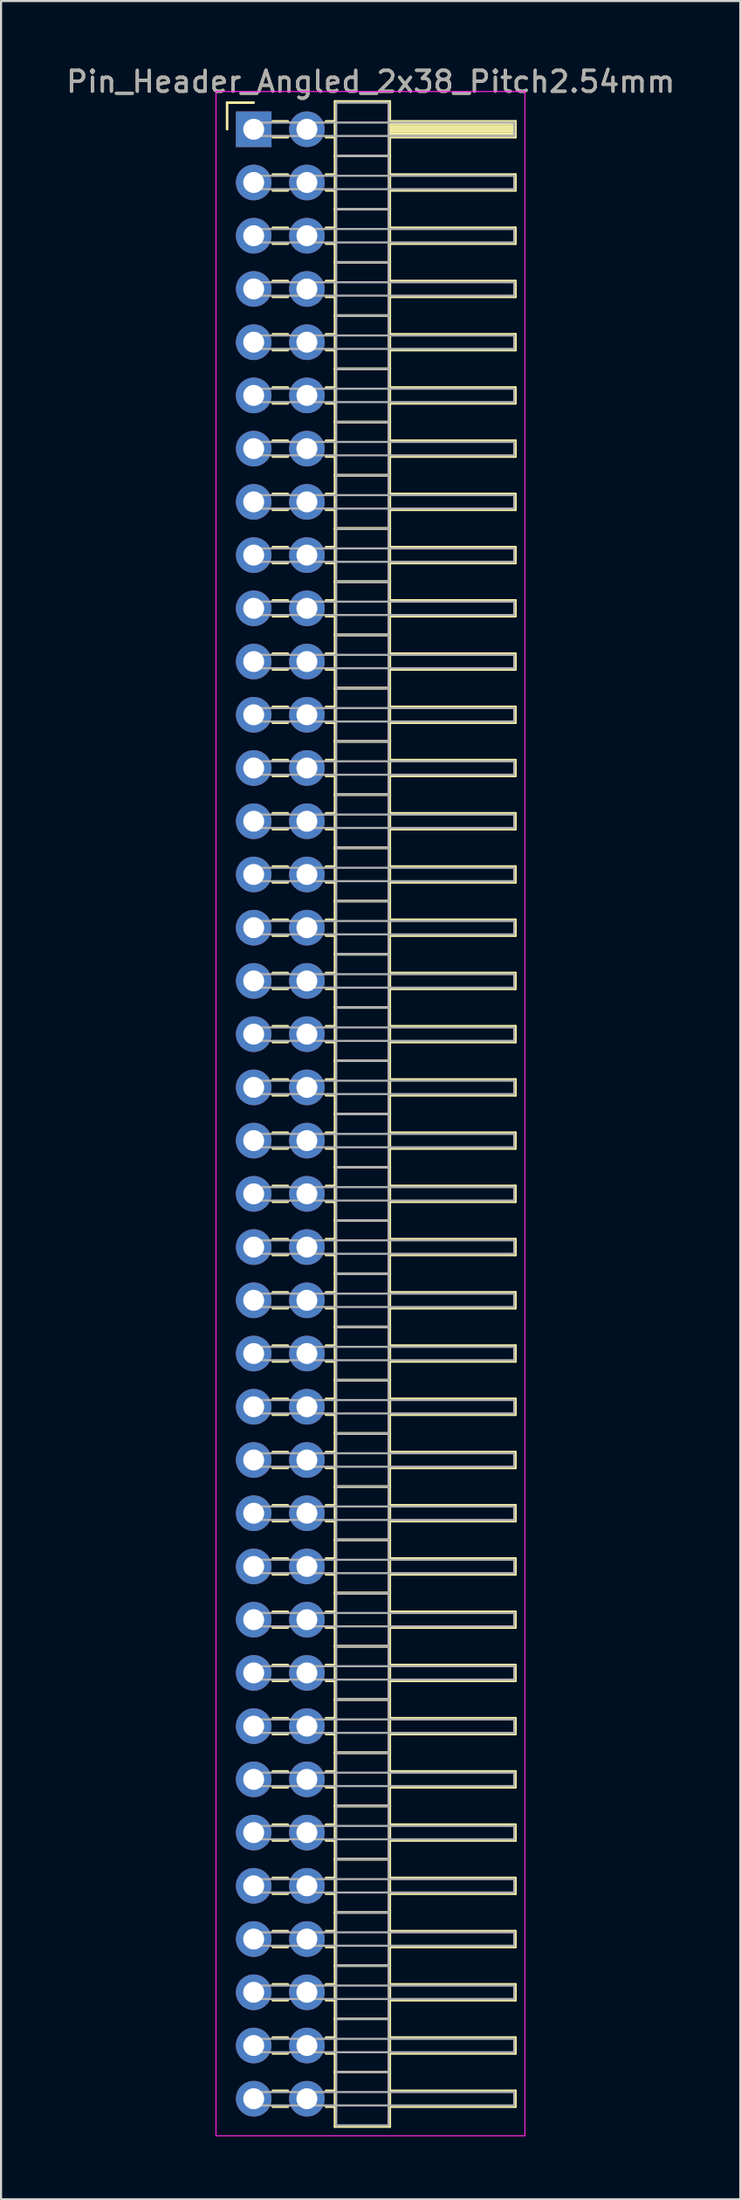
<source format=kicad_pcb>
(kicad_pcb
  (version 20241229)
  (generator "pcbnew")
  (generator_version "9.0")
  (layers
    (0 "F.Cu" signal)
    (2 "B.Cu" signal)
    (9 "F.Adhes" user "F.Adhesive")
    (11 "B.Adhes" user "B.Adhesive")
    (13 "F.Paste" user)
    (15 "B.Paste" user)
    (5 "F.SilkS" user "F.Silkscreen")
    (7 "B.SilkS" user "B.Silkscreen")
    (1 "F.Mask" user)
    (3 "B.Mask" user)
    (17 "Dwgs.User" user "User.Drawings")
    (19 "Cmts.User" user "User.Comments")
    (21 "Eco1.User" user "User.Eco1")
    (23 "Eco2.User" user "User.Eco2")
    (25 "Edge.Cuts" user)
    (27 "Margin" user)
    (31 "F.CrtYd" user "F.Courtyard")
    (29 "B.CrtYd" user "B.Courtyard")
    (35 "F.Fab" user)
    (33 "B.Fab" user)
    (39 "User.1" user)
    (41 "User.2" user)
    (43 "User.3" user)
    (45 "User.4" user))
  (footprint "Pin_Header_Angled_2x38_Pitch2.54mm"
    (layer "F.Cu")
    (at 9.064 3.118)
    (property "Reference" "Pin_Header_Angled_2x38_Pitch2.54mm" (at 5.585 -2.27 0) (layer "F.SilkS") (effects (font (size 1 1) (thickness 0.15))))
    (attr through_hole)
    (fp_line (start -1.27 -1.27) (end 0 -1.27) (stroke (width 0.12) (type solid)) (layer "F.SilkS"))
    (fp_line (start -1.27 0) (end -1.27 -1.27) (stroke (width 0.12) (type solid)) (layer "F.SilkS"))
    (fp_line (start 0.91 -0.38) (end 1.63 -0.38) (stroke (width 0.12) (type solid)) (layer "F.SilkS"))
    (fp_line (start 0.91 0.38) (end 1.63 0.38) (stroke (width 0.12) (type solid)) (layer "F.SilkS"))
    (fp_line (start 0.91 2.16) (end 1.63 2.16) (stroke (width 0.12) (type solid)) (layer "F.SilkS"))
    (fp_line (start 0.91 2.92) (end 1.63 2.92) (stroke (width 0.12) (type solid)) (layer "F.SilkS"))
    (fp_line (start 0.91 4.7) (end 1.63 4.7) (stroke (width 0.12) (type solid)) (layer "F.SilkS"))
    (fp_line (start 0.91 5.46) (end 1.63 5.46) (stroke (width 0.12) (type solid)) (layer "F.SilkS"))
    (fp_line (start 0.91 7.24) (end 1.63 7.24) (stroke (width 0.12) (type solid)) (layer "F.SilkS"))
    (fp_line (start 0.91 8) (end 1.63 8) (stroke (width 0.12) (type solid)) (layer "F.SilkS"))
    (fp_line (start 0.91 9.78) (end 1.63 9.78) (stroke (width 0.12) (type solid)) (layer "F.SilkS"))
    (fp_line (start 0.91 10.54) (end 1.63 10.54) (stroke (width 0.12) (type solid)) (layer "F.SilkS"))
    (fp_line (start 0.91 12.32) (end 1.63 12.32) (stroke (width 0.12) (type solid)) (layer "F.SilkS"))
    (fp_line (start 0.91 13.08) (end 1.63 13.08) (stroke (width 0.12) (type solid)) (layer "F.SilkS"))
    (fp_line (start 0.91 14.86) (end 1.63 14.86) (stroke (width 0.12) (type solid)) (layer "F.SilkS"))
    (fp_line (start 0.91 15.62) (end 1.63 15.62) (stroke (width 0.12) (type solid)) (layer "F.SilkS"))
    (fp_line (start 0.91 17.4) (end 1.63 17.4) (stroke (width 0.12) (type solid)) (layer "F.SilkS"))
    (fp_line (start 0.91 18.16) (end 1.63 18.16) (stroke (width 0.12) (type solid)) (layer "F.SilkS"))
    (fp_line (start 0.91 19.94) (end 1.63 19.94) (stroke (width 0.12) (type solid)) (layer "F.SilkS"))
    (fp_line (start 0.91 20.7) (end 1.63 20.7) (stroke (width 0.12) (type solid)) (layer "F.SilkS"))
    (fp_line (start 0.91 22.48) (end 1.63 22.48) (stroke (width 0.12) (type solid)) (layer "F.SilkS"))
    (fp_line (start 0.91 23.24) (end 1.63 23.24) (stroke (width 0.12) (type solid)) (layer "F.SilkS"))
    (fp_line (start 0.91 25.02) (end 1.63 25.02) (stroke (width 0.12) (type solid)) (layer "F.SilkS"))
    (fp_line (start 0.91 25.78) (end 1.63 25.78) (stroke (width 0.12) (type solid)) (layer "F.SilkS"))
    (fp_line (start 0.91 27.56) (end 1.63 27.56) (stroke (width 0.12) (type solid)) (layer "F.SilkS"))
    (fp_line (start 0.91 28.32) (end 1.63 28.32) (stroke (width 0.12) (type solid)) (layer "F.SilkS"))
    (fp_line (start 0.91 30.1) (end 1.63 30.1) (stroke (width 0.12) (type solid)) (layer "F.SilkS"))
    (fp_line (start 0.91 30.86) (end 1.63 30.86) (stroke (width 0.12) (type solid)) (layer "F.SilkS"))
    (fp_line (start 0.91 32.64) (end 1.63 32.64) (stroke (width 0.12) (type solid)) (layer "F.SilkS"))
    (fp_line (start 0.91 33.4) (end 1.63 33.4) (stroke (width 0.12) (type solid)) (layer "F.SilkS"))
    (fp_line (start 0.91 35.18) (end 1.63 35.18) (stroke (width 0.12) (type solid)) (layer "F.SilkS"))
    (fp_line (start 0.91 35.94) (end 1.63 35.94) (stroke (width 0.12) (type solid)) (layer "F.SilkS"))
    (fp_line (start 0.91 37.72) (end 1.63 37.72) (stroke (width 0.12) (type solid)) (layer "F.SilkS"))
    (fp_line (start 0.91 38.48) (end 1.63 38.48) (stroke (width 0.12) (type solid)) (layer "F.SilkS"))
    (fp_line (start 0.91 40.26) (end 1.63 40.26) (stroke (width 0.12) (type solid)) (layer "F.SilkS"))
    (fp_line (start 0.91 41.02) (end 1.63 41.02) (stroke (width 0.12) (type solid)) (layer "F.SilkS"))
    (fp_line (start 0.91 42.8) (end 1.63 42.8) (stroke (width 0.12) (type solid)) (layer "F.SilkS"))
    (fp_line (start 0.91 43.56) (end 1.63 43.56) (stroke (width 0.12) (type solid)) (layer "F.SilkS"))
    (fp_line (start 0.91 45.34) (end 1.63 45.34) (stroke (width 0.12) (type solid)) (layer "F.SilkS"))
    (fp_line (start 0.91 46.1) (end 1.63 46.1) (stroke (width 0.12) (type solid)) (layer "F.SilkS"))
    (fp_line (start 0.91 47.88) (end 1.63 47.88) (stroke (width 0.12) (type solid)) (layer "F.SilkS"))
    (fp_line (start 0.91 48.64) (end 1.63 48.64) (stroke (width 0.12) (type solid)) (layer "F.SilkS"))
    (fp_line (start 0.91 50.42) (end 1.63 50.42) (stroke (width 0.12) (type solid)) (layer "F.SilkS"))
    (fp_line (start 0.91 51.18) (end 1.63 51.18) (stroke (width 0.12) (type solid)) (layer "F.SilkS"))
    (fp_line (start 0.91 52.96) (end 1.63 52.96) (stroke (width 0.12) (type solid)) (layer "F.SilkS"))
    (fp_line (start 0.91 53.72) (end 1.63 53.72) (stroke (width 0.12) (type solid)) (layer "F.SilkS"))
    (fp_line (start 0.91 55.5) (end 1.63 55.5) (stroke (width 0.12) (type solid)) (layer "F.SilkS"))
    (fp_line (start 0.91 56.26) (end 1.63 56.26) (stroke (width 0.12) (type solid)) (layer "F.SilkS"))
    (fp_line (start 0.91 58.04) (end 1.63 58.04) (stroke (width 0.12) (type solid)) (layer "F.SilkS"))
    (fp_line (start 0.91 58.8) (end 1.63 58.8) (stroke (width 0.12) (type solid)) (layer "F.SilkS"))
    (fp_line (start 0.91 60.58) (end 1.63 60.58) (stroke (width 0.12) (type solid)) (layer "F.SilkS"))
    (fp_line (start 0.91 61.34) (end 1.63 61.34) (stroke (width 0.12) (type solid)) (layer "F.SilkS"))
    (fp_line (start 0.91 63.12) (end 1.63 63.12) (stroke (width 0.12) (type solid)) (layer "F.SilkS"))
    (fp_line (start 0.91 63.88) (end 1.63 63.88) (stroke (width 0.12) (type solid)) (layer "F.SilkS"))
    (fp_line (start 0.91 65.66) (end 1.63 65.66) (stroke (width 0.12) (type solid)) (layer "F.SilkS"))
    (fp_line (start 0.91 66.42) (end 1.63 66.42) (stroke (width 0.12) (type solid)) (layer "F.SilkS"))
    (fp_line (start 0.91 68.2) (end 1.63 68.2) (stroke (width 0.12) (type solid)) (layer "F.SilkS"))
    (fp_line (start 0.91 68.96) (end 1.63 68.96) (stroke (width 0.12) (type solid)) (layer "F.SilkS"))
    (fp_line (start 0.91 70.74) (end 1.63 70.74) (stroke (width 0.12) (type solid)) (layer "F.SilkS"))
    (fp_line (start 0.91 71.5) (end 1.63 71.5) (stroke (width 0.12) (type solid)) (layer "F.SilkS"))
    (fp_line (start 0.91 73.28) (end 1.63 73.28) (stroke (width 0.12) (type solid)) (layer "F.SilkS"))
    (fp_line (start 0.91 74.04) (end 1.63 74.04) (stroke (width 0.12) (type solid)) (layer "F.SilkS"))
    (fp_line (start 0.91 75.82) (end 1.63 75.82) (stroke (width 0.12) (type solid)) (layer "F.SilkS"))
    (fp_line (start 0.91 76.58) (end 1.63 76.58) (stroke (width 0.12) (type solid)) (layer "F.SilkS"))
    (fp_line (start 0.91 78.36) (end 1.63 78.36) (stroke (width 0.12) (type solid)) (layer "F.SilkS"))
    (fp_line (start 0.91 79.12) (end 1.63 79.12) (stroke (width 0.12) (type solid)) (layer "F.SilkS"))
    (fp_line (start 0.91 80.9) (end 1.63 80.9) (stroke (width 0.12) (type solid)) (layer "F.SilkS"))
    (fp_line (start 0.91 81.66) (end 1.63 81.66) (stroke (width 0.12) (type solid)) (layer "F.SilkS"))
    (fp_line (start 0.91 83.44) (end 1.63 83.44) (stroke (width 0.12) (type solid)) (layer "F.SilkS"))
    (fp_line (start 0.91 84.2) (end 1.63 84.2) (stroke (width 0.12) (type solid)) (layer "F.SilkS"))
    (fp_line (start 0.91 85.98) (end 1.63 85.98) (stroke (width 0.12) (type solid)) (layer "F.SilkS"))
    (fp_line (start 0.91 86.74) (end 1.63 86.74) (stroke (width 0.12) (type solid)) (layer "F.SilkS"))
    (fp_line (start 0.91 88.52) (end 1.63 88.52) (stroke (width 0.12) (type solid)) (layer "F.SilkS"))
    (fp_line (start 0.91 89.28) (end 1.63 89.28) (stroke (width 0.12) (type solid)) (layer "F.SilkS"))
    (fp_line (start 0.91 91.06) (end 1.63 91.06) (stroke (width 0.12) (type solid)) (layer "F.SilkS"))
    (fp_line (start 0.91 91.82) (end 1.63 91.82) (stroke (width 0.12) (type solid)) (layer "F.SilkS"))
    (fp_line (start 0.91 93.6) (end 1.63 93.6) (stroke (width 0.12) (type solid)) (layer "F.SilkS"))
    (fp_line (start 0.91 94.36) (end 1.63 94.36) (stroke (width 0.12) (type solid)) (layer "F.SilkS"))
    (fp_line (start 3.45 -0.38) (end 3.88 -0.38) (stroke (width 0.12) (type solid)) (layer "F.SilkS"))
    (fp_line (start 3.45 0.38) (end 3.88 0.38) (stroke (width 0.12) (type solid)) (layer "F.SilkS"))
    (fp_line (start 3.45 2.16) (end 3.88 2.16) (stroke (width 0.12) (type solid)) (layer "F.SilkS"))
    (fp_line (start 3.45 2.92) (end 3.88 2.92) (stroke (width 0.12) (type solid)) (layer "F.SilkS"))
    (fp_line (start 3.45 4.7) (end 3.88 4.7) (stroke (width 0.12) (type solid)) (layer "F.SilkS"))
    (fp_line (start 3.45 5.46) (end 3.88 5.46) (stroke (width 0.12) (type solid)) (layer "F.SilkS"))
    (fp_line (start 3.45 7.24) (end 3.88 7.24) (stroke (width 0.12) (type solid)) (layer "F.SilkS"))
    (fp_line (start 3.45 8) (end 3.88 8) (stroke (width 0.12) (type solid)) (layer "F.SilkS"))
    (fp_line (start 3.45 9.78) (end 3.88 9.78) (stroke (width 0.12) (type solid)) (layer "F.SilkS"))
    (fp_line (start 3.45 10.54) (end 3.88 10.54) (stroke (width 0.12) (type solid)) (layer "F.SilkS"))
    (fp_line (start 3.45 12.32) (end 3.88 12.32) (stroke (width 0.12) (type solid)) (layer "F.SilkS"))
    (fp_line (start 3.45 13.08) (end 3.88 13.08) (stroke (width 0.12) (type solid)) (layer "F.SilkS"))
    (fp_line (start 3.45 14.86) (end 3.88 14.86) (stroke (width 0.12) (type solid)) (layer "F.SilkS"))
    (fp_line (start 3.45 15.62) (end 3.88 15.62) (stroke (width 0.12) (type solid)) (layer "F.SilkS"))
    (fp_line (start 3.45 17.4) (end 3.88 17.4) (stroke (width 0.12) (type solid)) (layer "F.SilkS"))
    (fp_line (start 3.45 18.16) (end 3.88 18.16) (stroke (width 0.12) (type solid)) (layer "F.SilkS"))
    (fp_line (start 3.45 19.94) (end 3.88 19.94) (stroke (width 0.12) (type solid)) (layer "F.SilkS"))
    (fp_line (start 3.45 20.7) (end 3.88 20.7) (stroke (width 0.12) (type solid)) (layer "F.SilkS"))
    (fp_line (start 3.45 22.48) (end 3.88 22.48) (stroke (width 0.12) (type solid)) (layer "F.SilkS"))
    (fp_line (start 3.45 23.24) (end 3.88 23.24) (stroke (width 0.12) (type solid)) (layer "F.SilkS"))
    (fp_line (start 3.45 25.02) (end 3.88 25.02) (stroke (width 0.12) (type solid)) (layer "F.SilkS"))
    (fp_line (start 3.45 25.78) (end 3.88 25.78) (stroke (width 0.12) (type solid)) (layer "F.SilkS"))
    (fp_line (start 3.45 27.56) (end 3.88 27.56) (stroke (width 0.12) (type solid)) (layer "F.SilkS"))
    (fp_line (start 3.45 28.32) (end 3.88 28.32) (stroke (width 0.12) (type solid)) (layer "F.SilkS"))
    (fp_line (start 3.45 30.1) (end 3.88 30.1) (stroke (width 0.12) (type solid)) (layer "F.SilkS"))
    (fp_line (start 3.45 30.86) (end 3.88 30.86) (stroke (width 0.12) (type solid)) (layer "F.SilkS"))
    (fp_line (start 3.45 32.64) (end 3.88 32.64) (stroke (width 0.12) (type solid)) (layer "F.SilkS"))
    (fp_line (start 3.45 33.4) (end 3.88 33.4) (stroke (width 0.12) (type solid)) (layer "F.SilkS"))
    (fp_line (start 3.45 35.18) (end 3.88 35.18) (stroke (width 0.12) (type solid)) (layer "F.SilkS"))
    (fp_line (start 3.45 35.94) (end 3.88 35.94) (stroke (width 0.12) (type solid)) (layer "F.SilkS"))
    (fp_line (start 3.45 37.72) (end 3.88 37.72) (stroke (width 0.12) (type solid)) (layer "F.SilkS"))
    (fp_line (start 3.45 38.48) (end 3.88 38.48) (stroke (width 0.12) (type solid)) (layer "F.SilkS"))
    (fp_line (start 3.45 40.26) (end 3.88 40.26) (stroke (width 0.12) (type solid)) (layer "F.SilkS"))
    (fp_line (start 3.45 41.02) (end 3.88 41.02) (stroke (width 0.12) (type solid)) (layer "F.SilkS"))
    (fp_line (start 3.45 42.8) (end 3.88 42.8) (stroke (width 0.12) (type solid)) (layer "F.SilkS"))
    (fp_line (start 3.45 43.56) (end 3.88 43.56) (stroke (width 0.12) (type solid)) (layer "F.SilkS"))
    (fp_line (start 3.45 45.34) (end 3.88 45.34) (stroke (width 0.12) (type solid)) (layer "F.SilkS"))
    (fp_line (start 3.45 46.1) (end 3.88 46.1) (stroke (width 0.12) (type solid)) (layer "F.SilkS"))
    (fp_line (start 3.45 47.88) (end 3.88 47.88) (stroke (width 0.12) (type solid)) (layer "F.SilkS"))
    (fp_line (start 3.45 48.64) (end 3.88 48.64) (stroke (width 0.12) (type solid)) (layer "F.SilkS"))
    (fp_line (start 3.45 50.42) (end 3.88 50.42) (stroke (width 0.12) (type solid)) (layer "F.SilkS"))
    (fp_line (start 3.45 51.18) (end 3.88 51.18) (stroke (width 0.12) (type solid)) (layer "F.SilkS"))
    (fp_line (start 3.45 52.96) (end 3.88 52.96) (stroke (width 0.12) (type solid)) (layer "F.SilkS"))
    (fp_line (start 3.45 53.72) (end 3.88 53.72) (stroke (width 0.12) (type solid)) (layer "F.SilkS"))
    (fp_line (start 3.45 55.5) (end 3.88 55.5) (stroke (width 0.12) (type solid)) (layer "F.SilkS"))
    (fp_line (start 3.45 56.26) (end 3.88 56.26) (stroke (width 0.12) (type solid)) (layer "F.SilkS"))
    (fp_line (start 3.45 58.04) (end 3.88 58.04) (stroke (width 0.12) (type solid)) (layer "F.SilkS"))
    (fp_line (start 3.45 58.8) (end 3.88 58.8) (stroke (width 0.12) (type solid)) (layer "F.SilkS"))
    (fp_line (start 3.45 60.58) (end 3.88 60.58) (stroke (width 0.12) (type solid)) (layer "F.SilkS"))
    (fp_line (start 3.45 61.34) (end 3.88 61.34) (stroke (width 0.12) (type solid)) (layer "F.SilkS"))
    (fp_line (start 3.45 63.12) (end 3.88 63.12) (stroke (width 0.12) (type solid)) (layer "F.SilkS"))
    (fp_line (start 3.45 63.88) (end 3.88 63.88) (stroke (width 0.12) (type solid)) (layer "F.SilkS"))
    (fp_line (start 3.45 65.66) (end 3.88 65.66) (stroke (width 0.12) (type solid)) (layer "F.SilkS"))
    (fp_line (start 3.45 66.42) (end 3.88 66.42) (stroke (width 0.12) (type solid)) (layer "F.SilkS"))
    (fp_line (start 3.45 68.2) (end 3.88 68.2) (stroke (width 0.12) (type solid)) (layer "F.SilkS"))
    (fp_line (start 3.45 68.96) (end 3.88 68.96) (stroke (width 0.12) (type solid)) (layer "F.SilkS"))
    (fp_line (start 3.45 70.74) (end 3.88 70.74) (stroke (width 0.12) (type solid)) (layer "F.SilkS"))
    (fp_line (start 3.45 71.5) (end 3.88 71.5) (stroke (width 0.12) (type solid)) (layer "F.SilkS"))
    (fp_line (start 3.45 73.28) (end 3.88 73.28) (stroke (width 0.12) (type solid)) (layer "F.SilkS"))
    (fp_line (start 3.45 74.04) (end 3.88 74.04) (stroke (width 0.12) (type solid)) (layer "F.SilkS"))
    (fp_line (start 3.45 75.82) (end 3.88 75.82) (stroke (width 0.12) (type solid)) (layer "F.SilkS"))
    (fp_line (start 3.45 76.58) (end 3.88 76.58) (stroke (width 0.12) (type solid)) (layer "F.SilkS"))
    (fp_line (start 3.45 78.36) (end 3.88 78.36) (stroke (width 0.12) (type solid)) (layer "F.SilkS"))
    (fp_line (start 3.45 79.12) (end 3.88 79.12) (stroke (width 0.12) (type solid)) (layer "F.SilkS"))
    (fp_line (start 3.45 80.9) (end 3.88 80.9) (stroke (width 0.12) (type solid)) (layer "F.SilkS"))
    (fp_line (start 3.45 81.66) (end 3.88 81.66) (stroke (width 0.12) (type solid)) (layer "F.SilkS"))
    (fp_line (start 3.45 83.44) (end 3.88 83.44) (stroke (width 0.12) (type solid)) (layer "F.SilkS"))
    (fp_line (start 3.45 84.2) (end 3.88 84.2) (stroke (width 0.12) (type solid)) (layer "F.SilkS"))
    (fp_line (start 3.45 85.98) (end 3.88 85.98) (stroke (width 0.12) (type solid)) (layer "F.SilkS"))
    (fp_line (start 3.45 86.74) (end 3.88 86.74) (stroke (width 0.12) (type solid)) (layer "F.SilkS"))
    (fp_line (start 3.45 88.52) (end 3.88 88.52) (stroke (width 0.12) (type solid)) (layer "F.SilkS"))
    (fp_line (start 3.45 89.28) (end 3.88 89.28) (stroke (width 0.12) (type solid)) (layer "F.SilkS"))
    (fp_line (start 3.45 91.06) (end 3.88 91.06) (stroke (width 0.12) (type solid)) (layer "F.SilkS"))
    (fp_line (start 3.45 91.82) (end 3.88 91.82) (stroke (width 0.12) (type solid)) (layer "F.SilkS"))
    (fp_line (start 3.45 93.6) (end 3.88 93.6) (stroke (width 0.12) (type solid)) (layer "F.SilkS"))
    (fp_line (start 3.45 94.36) (end 3.88 94.36) (stroke (width 0.12) (type solid)) (layer "F.SilkS"))
    (fp_line (start 3.88 -1.33) (end 3.88 1.27) (stroke (width 0.12) (type solid)) (layer "F.SilkS"))
    (fp_line (start 3.88 1.27) (end 3.88 3.81) (stroke (width 0.12) (type solid)) (layer "F.SilkS"))
    (fp_line (start 3.88 1.27) (end 6.5 1.27) (stroke (width 0.12) (type solid)) (layer "F.SilkS"))
    (fp_line (start 3.88 3.81) (end 3.88 6.35) (stroke (width 0.12) (type solid)) (layer "F.SilkS"))
    (fp_line (start 3.88 3.81) (end 6.5 3.81) (stroke (width 0.12) (type solid)) (layer "F.SilkS"))
    (fp_line (start 3.88 6.35) (end 3.88 8.89) (stroke (width 0.12) (type solid)) (layer "F.SilkS"))
    (fp_line (start 3.88 6.35) (end 6.5 6.35) (stroke (width 0.12) (type solid)) (layer "F.SilkS"))
    (fp_line (start 3.88 8.89) (end 3.88 11.43) (stroke (width 0.12) (type solid)) (layer "F.SilkS"))
    (fp_line (start 3.88 8.89) (end 6.5 8.89) (stroke (width 0.12) (type solid)) (layer "F.SilkS"))
    (fp_line (start 3.88 11.43) (end 3.88 13.97) (stroke (width 0.12) (type solid)) (layer "F.SilkS"))
    (fp_line (start 3.88 11.43) (end 6.5 11.43) (stroke (width 0.12) (type solid)) (layer "F.SilkS"))
    (fp_line (start 3.88 13.97) (end 3.88 16.51) (stroke (width 0.12) (type solid)) (layer "F.SilkS"))
    (fp_line (start 3.88 13.97) (end 6.5 13.97) (stroke (width 0.12) (type solid)) (layer "F.SilkS"))
    (fp_line (start 3.88 16.51) (end 3.88 19.05) (stroke (width 0.12) (type solid)) (layer "F.SilkS"))
    (fp_line (start 3.88 16.51) (end 6.5 16.51) (stroke (width 0.12) (type solid)) (layer "F.SilkS"))
    (fp_line (start 3.88 19.05) (end 3.88 21.59) (stroke (width 0.12) (type solid)) (layer "F.SilkS"))
    (fp_line (start 3.88 19.05) (end 6.5 19.05) (stroke (width 0.12) (type solid)) (layer "F.SilkS"))
    (fp_line (start 3.88 21.59) (end 3.88 24.13) (stroke (width 0.12) (type solid)) (layer "F.SilkS"))
    (fp_line (start 3.88 21.59) (end 6.5 21.59) (stroke (width 0.12) (type solid)) (layer "F.SilkS"))
    (fp_line (start 3.88 24.13) (end 3.88 26.67) (stroke (width 0.12) (type solid)) (layer "F.SilkS"))
    (fp_line (start 3.88 24.13) (end 6.5 24.13) (stroke (width 0.12) (type solid)) (layer "F.SilkS"))
    (fp_line (start 3.88 26.67) (end 3.88 29.21) (stroke (width 0.12) (type solid)) (layer "F.SilkS"))
    (fp_line (start 3.88 26.67) (end 6.5 26.67) (stroke (width 0.12) (type solid)) (layer "F.SilkS"))
    (fp_line (start 3.88 29.21) (end 3.88 31.75) (stroke (width 0.12) (type solid)) (layer "F.SilkS"))
    (fp_line (start 3.88 29.21) (end 6.5 29.21) (stroke (width 0.12) (type solid)) (layer "F.SilkS"))
    (fp_line (start 3.88 31.75) (end 3.88 34.29) (stroke (width 0.12) (type solid)) (layer "F.SilkS"))
    (fp_line (start 3.88 31.75) (end 6.5 31.75) (stroke (width 0.12) (type solid)) (layer "F.SilkS"))
    (fp_line (start 3.88 34.29) (end 3.88 36.83) (stroke (width 0.12) (type solid)) (layer "F.SilkS"))
    (fp_line (start 3.88 34.29) (end 6.5 34.29) (stroke (width 0.12) (type solid)) (layer "F.SilkS"))
    (fp_line (start 3.88 36.83) (end 3.88 39.37) (stroke (width 0.12) (type solid)) (layer "F.SilkS"))
    (fp_line (start 3.88 36.83) (end 6.5 36.83) (stroke (width 0.12) (type solid)) (layer "F.SilkS"))
    (fp_line (start 3.88 39.37) (end 3.88 41.91) (stroke (width 0.12) (type solid)) (layer "F.SilkS"))
    (fp_line (start 3.88 39.37) (end 6.5 39.37) (stroke (width 0.12) (type solid)) (layer "F.SilkS"))
    (fp_line (start 3.88 41.91) (end 3.88 44.45) (stroke (width 0.12) (type solid)) (layer "F.SilkS"))
    (fp_line (start 3.88 41.91) (end 6.5 41.91) (stroke (width 0.12) (type solid)) (layer "F.SilkS"))
    (fp_line (start 3.88 44.45) (end 3.88 46.99) (stroke (width 0.12) (type solid)) (layer "F.SilkS"))
    (fp_line (start 3.88 44.45) (end 6.5 44.45) (stroke (width 0.12) (type solid)) (layer "F.SilkS"))
    (fp_line (start 3.88 46.99) (end 3.88 49.53) (stroke (width 0.12) (type solid)) (layer "F.SilkS"))
    (fp_line (start 3.88 46.99) (end 6.5 46.99) (stroke (width 0.12) (type solid)) (layer "F.SilkS"))
    (fp_line (start 3.88 49.53) (end 3.88 52.07) (stroke (width 0.12) (type solid)) (layer "F.SilkS"))
    (fp_line (start 3.88 49.53) (end 6.5 49.53) (stroke (width 0.12) (type solid)) (layer "F.SilkS"))
    (fp_line (start 3.88 52.07) (end 3.88 54.61) (stroke (width 0.12) (type solid)) (layer "F.SilkS"))
    (fp_line (start 3.88 52.07) (end 6.5 52.07) (stroke (width 0.12) (type solid)) (layer "F.SilkS"))
    (fp_line (start 3.88 54.61) (end 3.88 57.15) (stroke (width 0.12) (type solid)) (layer "F.SilkS"))
    (fp_line (start 3.88 54.61) (end 6.5 54.61) (stroke (width 0.12) (type solid)) (layer "F.SilkS"))
    (fp_line (start 3.88 57.15) (end 3.88 59.69) (stroke (width 0.12) (type solid)) (layer "F.SilkS"))
    (fp_line (start 3.88 57.15) (end 6.5 57.15) (stroke (width 0.12) (type solid)) (layer "F.SilkS"))
    (fp_line (start 3.88 59.69) (end 3.88 62.23) (stroke (width 0.12) (type solid)) (layer "F.SilkS"))
    (fp_line (start 3.88 59.69) (end 6.5 59.69) (stroke (width 0.12) (type solid)) (layer "F.SilkS"))
    (fp_line (start 3.88 62.23) (end 3.88 64.77) (stroke (width 0.12) (type solid)) (layer "F.SilkS"))
    (fp_line (start 3.88 62.23) (end 6.5 62.23) (stroke (width 0.12) (type solid)) (layer "F.SilkS"))
    (fp_line (start 3.88 64.77) (end 3.88 67.31) (stroke (width 0.12) (type solid)) (layer "F.SilkS"))
    (fp_line (start 3.88 64.77) (end 6.5 64.77) (stroke (width 0.12) (type solid)) (layer "F.SilkS"))
    (fp_line (start 3.88 67.31) (end 3.88 69.85) (stroke (width 0.12) (type solid)) (layer "F.SilkS"))
    (fp_line (start 3.88 67.31) (end 6.5 67.31) (stroke (width 0.12) (type solid)) (layer "F.SilkS"))
    (fp_line (start 3.88 69.85) (end 3.88 72.39) (stroke (width 0.12) (type solid)) (layer "F.SilkS"))
    (fp_line (start 3.88 69.85) (end 6.5 69.85) (stroke (width 0.12) (type solid)) (layer "F.SilkS"))
    (fp_line (start 3.88 72.39) (end 3.88 74.93) (stroke (width 0.12) (type solid)) (layer "F.SilkS"))
    (fp_line (start 3.88 72.39) (end 6.5 72.39) (stroke (width 0.12) (type solid)) (layer "F.SilkS"))
    (fp_line (start 3.88 74.93) (end 3.88 77.47) (stroke (width 0.12) (type solid)) (layer "F.SilkS"))
    (fp_line (start 3.88 74.93) (end 6.5 74.93) (stroke (width 0.12) (type solid)) (layer "F.SilkS"))
    (fp_line (start 3.88 77.47) (end 3.88 80.01) (stroke (width 0.12) (type solid)) (layer "F.SilkS"))
    (fp_line (start 3.88 77.47) (end 6.5 77.47) (stroke (width 0.12) (type solid)) (layer "F.SilkS"))
    (fp_line (start 3.88 80.01) (end 3.88 82.55) (stroke (width 0.12) (type solid)) (layer "F.SilkS"))
    (fp_line (start 3.88 80.01) (end 6.5 80.01) (stroke (width 0.12) (type solid)) (layer "F.SilkS"))
    (fp_line (start 3.88 82.55) (end 3.88 85.09) (stroke (width 0.12) (type solid)) (layer "F.SilkS"))
    (fp_line (start 3.88 82.55) (end 6.5 82.55) (stroke (width 0.12) (type solid)) (layer "F.SilkS"))
    (fp_line (start 3.88 85.09) (end 3.88 87.63) (stroke (width 0.12) (type solid)) (layer "F.SilkS"))
    (fp_line (start 3.88 85.09) (end 6.5 85.09) (stroke (width 0.12) (type solid)) (layer "F.SilkS"))
    (fp_line (start 3.88 87.63) (end 3.88 90.17) (stroke (width 0.12) (type solid)) (layer "F.SilkS"))
    (fp_line (start 3.88 87.63) (end 6.5 87.63) (stroke (width 0.12) (type solid)) (layer "F.SilkS"))
    (fp_line (start 3.88 90.17) (end 3.88 92.71) (stroke (width 0.12) (type solid)) (layer "F.SilkS"))
    (fp_line (start 3.88 90.17) (end 6.5 90.17) (stroke (width 0.12) (type solid)) (layer "F.SilkS"))
    (fp_line (start 3.88 92.71) (end 3.88 95.31) (stroke (width 0.12) (type solid)) (layer "F.SilkS"))
    (fp_line (start 3.88 92.71) (end 6.5 92.71) (stroke (width 0.12) (type solid)) (layer "F.SilkS"))
    (fp_line (start 3.88 95.31) (end 6.5 95.31) (stroke (width 0.12) (type solid)) (layer "F.SilkS"))
    (fp_line (start 6.5 -1.33) (end 3.88 -1.33) (stroke (width 0.12) (type solid)) (layer "F.SilkS"))
    (fp_line (start 6.5 -0.38) (end 6.5 0.38) (stroke (width 0.12) (type solid)) (layer "F.SilkS"))
    (fp_line (start 6.5 -0.26) (end 12.5 -0.26) (stroke (width 0.12) (type solid)) (layer "F.SilkS"))
    (fp_line (start 6.5 -0.14) (end 12.5 -0.14) (stroke (width 0.12) (type solid)) (layer "F.SilkS"))
    (fp_line (start 6.5 -0.02) (end 12.5 -0.02) (stroke (width 0.12) (type solid)) (layer "F.SilkS"))
    (fp_line (start 6.5 0.1) (end 12.5 0.1) (stroke (width 0.12) (type solid)) (layer "F.SilkS"))
    (fp_line (start 6.5 0.22) (end 12.5 0.22) (stroke (width 0.12) (type solid)) (layer "F.SilkS"))
    (fp_line (start 6.5 0.34) (end 12.5 0.34) (stroke (width 0.12) (type solid)) (layer "F.SilkS"))
    (fp_line (start 6.5 0.38) (end 12.5 0.38) (stroke (width 0.12) (type solid)) (layer "F.SilkS"))
    (fp_line (start 6.5 1.27) (end 3.88 1.27) (stroke (width 0.12) (type solid)) (layer "F.SilkS"))
    (fp_line (start 6.5 1.27) (end 6.5 -1.33) (stroke (width 0.12) (type solid)) (layer "F.SilkS"))
    (fp_line (start 6.5 2.16) (end 6.5 2.92) (stroke (width 0.12) (type solid)) (layer "F.SilkS"))
    (fp_line (start 6.5 2.92) (end 12.5 2.92) (stroke (width 0.12) (type solid)) (layer "F.SilkS"))
    (fp_line (start 6.5 3.81) (end 3.88 3.81) (stroke (width 0.12) (type solid)) (layer "F.SilkS"))
    (fp_line (start 6.5 3.81) (end 6.5 1.27) (stroke (width 0.12) (type solid)) (layer "F.SilkS"))
    (fp_line (start 6.5 4.7) (end 6.5 5.46) (stroke (width 0.12) (type solid)) (layer "F.SilkS"))
    (fp_line (start 6.5 5.46) (end 12.5 5.46) (stroke (width 0.12) (type solid)) (layer "F.SilkS"))
    (fp_line (start 6.5 6.35) (end 3.88 6.35) (stroke (width 0.12) (type solid)) (layer "F.SilkS"))
    (fp_line (start 6.5 6.35) (end 6.5 3.81) (stroke (width 0.12) (type solid)) (layer "F.SilkS"))
    (fp_line (start 6.5 7.24) (end 6.5 8) (stroke (width 0.12) (type solid)) (layer "F.SilkS"))
    (fp_line (start 6.5 8) (end 12.5 8) (stroke (width 0.12) (type solid)) (layer "F.SilkS"))
    (fp_line (start 6.5 8.89) (end 3.88 8.89) (stroke (width 0.12) (type solid)) (layer "F.SilkS"))
    (fp_line (start 6.5 8.89) (end 6.5 6.35) (stroke (width 0.12) (type solid)) (layer "F.SilkS"))
    (fp_line (start 6.5 9.78) (end 6.5 10.54) (stroke (width 0.12) (type solid)) (layer "F.SilkS"))
    (fp_line (start 6.5 10.54) (end 12.5 10.54) (stroke (width 0.12) (type solid)) (layer "F.SilkS"))
    (fp_line (start 6.5 11.43) (end 3.88 11.43) (stroke (width 0.12) (type solid)) (layer "F.SilkS"))
    (fp_line (start 6.5 11.43) (end 6.5 8.89) (stroke (width 0.12) (type solid)) (layer "F.SilkS"))
    (fp_line (start 6.5 12.32) (end 6.5 13.08) (stroke (width 0.12) (type solid)) (layer "F.SilkS"))
    (fp_line (start 6.5 13.08) (end 12.5 13.08) (stroke (width 0.12) (type solid)) (layer "F.SilkS"))
    (fp_line (start 6.5 13.97) (end 3.88 13.97) (stroke (width 0.12) (type solid)) (layer "F.SilkS"))
    (fp_line (start 6.5 13.97) (end 6.5 11.43) (stroke (width 0.12) (type solid)) (layer "F.SilkS"))
    (fp_line (start 6.5 14.86) (end 6.5 15.62) (stroke (width 0.12) (type solid)) (layer "F.SilkS"))
    (fp_line (start 6.5 15.62) (end 12.5 15.62) (stroke (width 0.12) (type solid)) (layer "F.SilkS"))
    (fp_line (start 6.5 16.51) (end 3.88 16.51) (stroke (width 0.12) (type solid)) (layer "F.SilkS"))
    (fp_line (start 6.5 16.51) (end 6.5 13.97) (stroke (width 0.12) (type solid)) (layer "F.SilkS"))
    (fp_line (start 6.5 17.4) (end 6.5 18.16) (stroke (width 0.12) (type solid)) (layer "F.SilkS"))
    (fp_line (start 6.5 18.16) (end 12.5 18.16) (stroke (width 0.12) (type solid)) (layer "F.SilkS"))
    (fp_line (start 6.5 19.05) (end 3.88 19.05) (stroke (width 0.12) (type solid)) (layer "F.SilkS"))
    (fp_line (start 6.5 19.05) (end 6.5 16.51) (stroke (width 0.12) (type solid)) (layer "F.SilkS"))
    (fp_line (start 6.5 19.94) (end 6.5 20.7) (stroke (width 0.12) (type solid)) (layer "F.SilkS"))
    (fp_line (start 6.5 20.7) (end 12.5 20.7) (stroke (width 0.12) (type solid)) (layer "F.SilkS"))
    (fp_line (start 6.5 21.59) (end 3.88 21.59) (stroke (width 0.12) (type solid)) (layer "F.SilkS"))
    (fp_line (start 6.5 21.59) (end 6.5 19.05) (stroke (width 0.12) (type solid)) (layer "F.SilkS"))
    (fp_line (start 6.5 22.48) (end 6.5 23.24) (stroke (width 0.12) (type solid)) (layer "F.SilkS"))
    (fp_line (start 6.5 23.24) (end 12.5 23.24) (stroke (width 0.12) (type solid)) (layer "F.SilkS"))
    (fp_line (start 6.5 24.13) (end 3.88 24.13) (stroke (width 0.12) (type solid)) (layer "F.SilkS"))
    (fp_line (start 6.5 24.13) (end 6.5 21.59) (stroke (width 0.12) (type solid)) (layer "F.SilkS"))
    (fp_line (start 6.5 25.02) (end 6.5 25.78) (stroke (width 0.12) (type solid)) (layer "F.SilkS"))
    (fp_line (start 6.5 25.78) (end 12.5 25.78) (stroke (width 0.12) (type solid)) (layer "F.SilkS"))
    (fp_line (start 6.5 26.67) (end 3.88 26.67) (stroke (width 0.12) (type solid)) (layer "F.SilkS"))
    (fp_line (start 6.5 26.67) (end 6.5 24.13) (stroke (width 0.12) (type solid)) (layer "F.SilkS"))
    (fp_line (start 6.5 27.56) (end 6.5 28.32) (stroke (width 0.12) (type solid)) (layer "F.SilkS"))
    (fp_line (start 6.5 28.32) (end 12.5 28.32) (stroke (width 0.12) (type solid)) (layer "F.SilkS"))
    (fp_line (start 6.5 29.21) (end 3.88 29.21) (stroke (width 0.12) (type solid)) (layer "F.SilkS"))
    (fp_line (start 6.5 29.21) (end 6.5 26.67) (stroke (width 0.12) (type solid)) (layer "F.SilkS"))
    (fp_line (start 6.5 30.1) (end 6.5 30.86) (stroke (width 0.12) (type solid)) (layer "F.SilkS"))
    (fp_line (start 6.5 30.86) (end 12.5 30.86) (stroke (width 0.12) (type solid)) (layer "F.SilkS"))
    (fp_line (start 6.5 31.75) (end 3.88 31.75) (stroke (width 0.12) (type solid)) (layer "F.SilkS"))
    (fp_line (start 6.5 31.75) (end 6.5 29.21) (stroke (width 0.12) (type solid)) (layer "F.SilkS"))
    (fp_line (start 6.5 32.64) (end 6.5 33.4) (stroke (width 0.12) (type solid)) (layer "F.SilkS"))
    (fp_line (start 6.5 33.4) (end 12.5 33.4) (stroke (width 0.12) (type solid)) (layer "F.SilkS"))
    (fp_line (start 6.5 34.29) (end 3.88 34.29) (stroke (width 0.12) (type solid)) (layer "F.SilkS"))
    (fp_line (start 6.5 34.29) (end 6.5 31.75) (stroke (width 0.12) (type solid)) (layer "F.SilkS"))
    (fp_line (start 6.5 35.18) (end 6.5 35.94) (stroke (width 0.12) (type solid)) (layer "F.SilkS"))
    (fp_line (start 6.5 35.94) (end 12.5 35.94) (stroke (width 0.12) (type solid)) (layer "F.SilkS"))
    (fp_line (start 6.5 36.83) (end 3.88 36.83) (stroke (width 0.12) (type solid)) (layer "F.SilkS"))
    (fp_line (start 6.5 36.83) (end 6.5 34.29) (stroke (width 0.12) (type solid)) (layer "F.SilkS"))
    (fp_line (start 6.5 37.72) (end 6.5 38.48) (stroke (width 0.12) (type solid)) (layer "F.SilkS"))
    (fp_line (start 6.5 38.48) (end 12.5 38.48) (stroke (width 0.12) (type solid)) (layer "F.SilkS"))
    (fp_line (start 6.5 39.37) (end 3.88 39.37) (stroke (width 0.12) (type solid)) (layer "F.SilkS"))
    (fp_line (start 6.5 39.37) (end 6.5 36.83) (stroke (width 0.12) (type solid)) (layer "F.SilkS"))
    (fp_line (start 6.5 40.26) (end 6.5 41.02) (stroke (width 0.12) (type solid)) (layer "F.SilkS"))
    (fp_line (start 6.5 41.02) (end 12.5 41.02) (stroke (width 0.12) (type solid)) (layer "F.SilkS"))
    (fp_line (start 6.5 41.91) (end 3.88 41.91) (stroke (width 0.12) (type solid)) (layer "F.SilkS"))
    (fp_line (start 6.5 41.91) (end 6.5 39.37) (stroke (width 0.12) (type solid)) (layer "F.SilkS"))
    (fp_line (start 6.5 42.8) (end 6.5 43.56) (stroke (width 0.12) (type solid)) (layer "F.SilkS"))
    (fp_line (start 6.5 43.56) (end 12.5 43.56) (stroke (width 0.12) (type solid)) (layer "F.SilkS"))
    (fp_line (start 6.5 44.45) (end 3.88 44.45) (stroke (width 0.12) (type solid)) (layer "F.SilkS"))
    (fp_line (start 6.5 44.45) (end 6.5 41.91) (stroke (width 0.12) (type solid)) (layer "F.SilkS"))
    (fp_line (start 6.5 45.34) (end 6.5 46.1) (stroke (width 0.12) (type solid)) (layer "F.SilkS"))
    (fp_line (start 6.5 46.1) (end 12.5 46.1) (stroke (width 0.12) (type solid)) (layer "F.SilkS"))
    (fp_line (start 6.5 46.99) (end 3.88 46.99) (stroke (width 0.12) (type solid)) (layer "F.SilkS"))
    (fp_line (start 6.5 46.99) (end 6.5 44.45) (stroke (width 0.12) (type solid)) (layer "F.SilkS"))
    (fp_line (start 6.5 47.88) (end 6.5 48.64) (stroke (width 0.12) (type solid)) (layer "F.SilkS"))
    (fp_line (start 6.5 48.64) (end 12.5 48.64) (stroke (width 0.12) (type solid)) (layer "F.SilkS"))
    (fp_line (start 6.5 49.53) (end 3.88 49.53) (stroke (width 0.12) (type solid)) (layer "F.SilkS"))
    (fp_line (start 6.5 49.53) (end 6.5 46.99) (stroke (width 0.12) (type solid)) (layer "F.SilkS"))
    (fp_line (start 6.5 50.42) (end 6.5 51.18) (stroke (width 0.12) (type solid)) (layer "F.SilkS"))
    (fp_line (start 6.5 51.18) (end 12.5 51.18) (stroke (width 0.12) (type solid)) (layer "F.SilkS"))
    (fp_line (start 6.5 52.07) (end 3.88 52.07) (stroke (width 0.12) (type solid)) (layer "F.SilkS"))
    (fp_line (start 6.5 52.07) (end 6.5 49.53) (stroke (width 0.12) (type solid)) (layer "F.SilkS"))
    (fp_line (start 6.5 52.96) (end 6.5 53.72) (stroke (width 0.12) (type solid)) (layer "F.SilkS"))
    (fp_line (start 6.5 53.72) (end 12.5 53.72) (stroke (width 0.12) (type solid)) (layer "F.SilkS"))
    (fp_line (start 6.5 54.61) (end 3.88 54.61) (stroke (width 0.12) (type solid)) (layer "F.SilkS"))
    (fp_line (start 6.5 54.61) (end 6.5 52.07) (stroke (width 0.12) (type solid)) (layer "F.SilkS"))
    (fp_line (start 6.5 55.5) (end 6.5 56.26) (stroke (width 0.12) (type solid)) (layer "F.SilkS"))
    (fp_line (start 6.5 56.26) (end 12.5 56.26) (stroke (width 0.12) (type solid)) (layer "F.SilkS"))
    (fp_line (start 6.5 57.15) (end 3.88 57.15) (stroke (width 0.12) (type solid)) (layer "F.SilkS"))
    (fp_line (start 6.5 57.15) (end 6.5 54.61) (stroke (width 0.12) (type solid)) (layer "F.SilkS"))
    (fp_line (start 6.5 58.04) (end 6.5 58.8) (stroke (width 0.12) (type solid)) (layer "F.SilkS"))
    (fp_line (start 6.5 58.8) (end 12.5 58.8) (stroke (width 0.12) (type solid)) (layer "F.SilkS"))
    (fp_line (start 6.5 59.69) (end 3.88 59.69) (stroke (width 0.12) (type solid)) (layer "F.SilkS"))
    (fp_line (start 6.5 59.69) (end 6.5 57.15) (stroke (width 0.12) (type solid)) (layer "F.SilkS"))
    (fp_line (start 6.5 60.58) (end 6.5 61.34) (stroke (width 0.12) (type solid)) (layer "F.SilkS"))
    (fp_line (start 6.5 61.34) (end 12.5 61.34) (stroke (width 0.12) (type solid)) (layer "F.SilkS"))
    (fp_line (start 6.5 62.23) (end 3.88 62.23) (stroke (width 0.12) (type solid)) (layer "F.SilkS"))
    (fp_line (start 6.5 62.23) (end 6.5 59.69) (stroke (width 0.12) (type solid)) (layer "F.SilkS"))
    (fp_line (start 6.5 63.12) (end 6.5 63.88) (stroke (width 0.12) (type solid)) (layer "F.SilkS"))
    (fp_line (start 6.5 63.88) (end 12.5 63.88) (stroke (width 0.12) (type solid)) (layer "F.SilkS"))
    (fp_line (start 6.5 64.77) (end 3.88 64.77) (stroke (width 0.12) (type solid)) (layer "F.SilkS"))
    (fp_line (start 6.5 64.77) (end 6.5 62.23) (stroke (width 0.12) (type solid)) (layer "F.SilkS"))
    (fp_line (start 6.5 65.66) (end 6.5 66.42) (stroke (width 0.12) (type solid)) (layer "F.SilkS"))
    (fp_line (start 6.5 66.42) (end 12.5 66.42) (stroke (width 0.12) (type solid)) (layer "F.SilkS"))
    (fp_line (start 6.5 67.31) (end 3.88 67.31) (stroke (width 0.12) (type solid)) (layer "F.SilkS"))
    (fp_line (start 6.5 67.31) (end 6.5 64.77) (stroke (width 0.12) (type solid)) (layer "F.SilkS"))
    (fp_line (start 6.5 68.2) (end 6.5 68.96) (stroke (width 0.12) (type solid)) (layer "F.SilkS"))
    (fp_line (start 6.5 68.96) (end 12.5 68.96) (stroke (width 0.12) (type solid)) (layer "F.SilkS"))
    (fp_line (start 6.5 69.85) (end 3.88 69.85) (stroke (width 0.12) (type solid)) (layer "F.SilkS"))
    (fp_line (start 6.5 69.85) (end 6.5 67.31) (stroke (width 0.12) (type solid)) (layer "F.SilkS"))
    (fp_line (start 6.5 70.74) (end 6.5 71.5) (stroke (width 0.12) (type solid)) (layer "F.SilkS"))
    (fp_line (start 6.5 71.5) (end 12.5 71.5) (stroke (width 0.12) (type solid)) (layer "F.SilkS"))
    (fp_line (start 6.5 72.39) (end 3.88 72.39) (stroke (width 0.12) (type solid)) (layer "F.SilkS"))
    (fp_line (start 6.5 72.39) (end 6.5 69.85) (stroke (width 0.12) (type solid)) (layer "F.SilkS"))
    (fp_line (start 6.5 73.28) (end 6.5 74.04) (stroke (width 0.12) (type solid)) (layer "F.SilkS"))
    (fp_line (start 6.5 74.04) (end 12.5 74.04) (stroke (width 0.12) (type solid)) (layer "F.SilkS"))
    (fp_line (start 6.5 74.93) (end 3.88 74.93) (stroke (width 0.12) (type solid)) (layer "F.SilkS"))
    (fp_line (start 6.5 74.93) (end 6.5 72.39) (stroke (width 0.12) (type solid)) (layer "F.SilkS"))
    (fp_line (start 6.5 75.82) (end 6.5 76.58) (stroke (width 0.12) (type solid)) (layer "F.SilkS"))
    (fp_line (start 6.5 76.58) (end 12.5 76.58) (stroke (width 0.12) (type solid)) (layer "F.SilkS"))
    (fp_line (start 6.5 77.47) (end 3.88 77.47) (stroke (width 0.12) (type solid)) (layer "F.SilkS"))
    (fp_line (start 6.5 77.47) (end 6.5 74.93) (stroke (width 0.12) (type solid)) (layer "F.SilkS"))
    (fp_line (start 6.5 78.36) (end 6.5 79.12) (stroke (width 0.12) (type solid)) (layer "F.SilkS"))
    (fp_line (start 6.5 79.12) (end 12.5 79.12) (stroke (width 0.12) (type solid)) (layer "F.SilkS"))
    (fp_line (start 6.5 80.01) (end 3.88 80.01) (stroke (width 0.12) (type solid)) (layer "F.SilkS"))
    (fp_line (start 6.5 80.01) (end 6.5 77.47) (stroke (width 0.12) (type solid)) (layer "F.SilkS"))
    (fp_line (start 6.5 80.9) (end 6.5 81.66) (stroke (width 0.12) (type solid)) (layer "F.SilkS"))
    (fp_line (start 6.5 81.66) (end 12.5 81.66) (stroke (width 0.12) (type solid)) (layer "F.SilkS"))
    (fp_line (start 6.5 82.55) (end 3.88 82.55) (stroke (width 0.12) (type solid)) (layer "F.SilkS"))
    (fp_line (start 6.5 82.55) (end 6.5 80.01) (stroke (width 0.12) (type solid)) (layer "F.SilkS"))
    (fp_line (start 6.5 83.44) (end 6.5 84.2) (stroke (width 0.12) (type solid)) (layer "F.SilkS"))
    (fp_line (start 6.5 84.2) (end 12.5 84.2) (stroke (width 0.12) (type solid)) (layer "F.SilkS"))
    (fp_line (start 6.5 85.09) (end 3.88 85.09) (stroke (width 0.12) (type solid)) (layer "F.SilkS"))
    (fp_line (start 6.5 85.09) (end 6.5 82.55) (stroke (width 0.12) (type solid)) (layer "F.SilkS"))
    (fp_line (start 6.5 85.98) (end 6.5 86.74) (stroke (width 0.12) (type solid)) (layer "F.SilkS"))
    (fp_line (start 6.5 86.74) (end 12.5 86.74) (stroke (width 0.12) (type solid)) (layer "F.SilkS"))
    (fp_line (start 6.5 87.63) (end 3.88 87.63) (stroke (width 0.12) (type solid)) (layer "F.SilkS"))
    (fp_line (start 6.5 87.63) (end 6.5 85.09) (stroke (width 0.12) (type solid)) (layer "F.SilkS"))
    (fp_line (start 6.5 88.52) (end 6.5 89.28) (stroke (width 0.12) (type solid)) (layer "F.SilkS"))
    (fp_line (start 6.5 89.28) (end 12.5 89.28) (stroke (width 0.12) (type solid)) (layer "F.SilkS"))
    (fp_line (start 6.5 90.17) (end 3.88 90.17) (stroke (width 0.12) (type solid)) (layer "F.SilkS"))
    (fp_line (start 6.5 90.17) (end 6.5 87.63) (stroke (width 0.12) (type solid)) (layer "F.SilkS"))
    (fp_line (start 6.5 91.06) (end 6.5 91.82) (stroke (width 0.12) (type solid)) (layer "F.SilkS"))
    (fp_line (start 6.5 91.82) (end 12.5 91.82) (stroke (width 0.12) (type solid)) (layer "F.SilkS"))
    (fp_line (start 6.5 92.71) (end 3.88 92.71) (stroke (width 0.12) (type solid)) (layer "F.SilkS"))
    (fp_line (start 6.5 92.71) (end 6.5 90.17) (stroke (width 0.12) (type solid)) (layer "F.SilkS"))
    (fp_line (start 6.5 93.6) (end 6.5 94.36) (stroke (width 0.12) (type solid)) (layer "F.SilkS"))
    (fp_line (start 6.5 94.36) (end 12.5 94.36) (stroke (width 0.12) (type solid)) (layer "F.SilkS"))
    (fp_line (start 6.5 95.31) (end 6.5 92.71) (stroke (width 0.12) (type solid)) (layer "F.SilkS"))
    (fp_line (start 12.5 -0.38) (end 6.5 -0.38) (stroke (width 0.12) (type solid)) (layer "F.SilkS"))
    (fp_line (start 12.5 0.38) (end 12.5 -0.38) (stroke (width 0.12) (type solid)) (layer "F.SilkS"))
    (fp_line (start 12.5 2.16) (end 6.5 2.16) (stroke (width 0.12) (type solid)) (layer "F.SilkS"))
    (fp_line (start 12.5 2.92) (end 12.5 2.16) (stroke (width 0.12) (type solid)) (layer "F.SilkS"))
    (fp_line (start 12.5 4.7) (end 6.5 4.7) (stroke (width 0.12) (type solid)) (layer "F.SilkS"))
    (fp_line (start 12.5 5.46) (end 12.5 4.7) (stroke (width 0.12) (type solid)) (layer "F.SilkS"))
    (fp_line (start 12.5 7.24) (end 6.5 7.24) (stroke (width 0.12) (type solid)) (layer "F.SilkS"))
    (fp_line (start 12.5 8) (end 12.5 7.24) (stroke (width 0.12) (type solid)) (layer "F.SilkS"))
    (fp_line (start 12.5 9.78) (end 6.5 9.78) (stroke (width 0.12) (type solid)) (layer "F.SilkS"))
    (fp_line (start 12.5 10.54) (end 12.5 9.78) (stroke (width 0.12) (type solid)) (layer "F.SilkS"))
    (fp_line (start 12.5 12.32) (end 6.5 12.32) (stroke (width 0.12) (type solid)) (layer "F.SilkS"))
    (fp_line (start 12.5 13.08) (end 12.5 12.32) (stroke (width 0.12) (type solid)) (layer "F.SilkS"))
    (fp_line (start 12.5 14.86) (end 6.5 14.86) (stroke (width 0.12) (type solid)) (layer "F.SilkS"))
    (fp_line (start 12.5 15.62) (end 12.5 14.86) (stroke (width 0.12) (type solid)) (layer "F.SilkS"))
    (fp_line (start 12.5 17.4) (end 6.5 17.4) (stroke (width 0.12) (type solid)) (layer "F.SilkS"))
    (fp_line (start 12.5 18.16) (end 12.5 17.4) (stroke (width 0.12) (type solid)) (layer "F.SilkS"))
    (fp_line (start 12.5 19.94) (end 6.5 19.94) (stroke (width 0.12) (type solid)) (layer "F.SilkS"))
    (fp_line (start 12.5 20.7) (end 12.5 19.94) (stroke (width 0.12) (type solid)) (layer "F.SilkS"))
    (fp_line (start 12.5 22.48) (end 6.5 22.48) (stroke (width 0.12) (type solid)) (layer "F.SilkS"))
    (fp_line (start 12.5 23.24) (end 12.5 22.48) (stroke (width 0.12) (type solid)) (layer "F.SilkS"))
    (fp_line (start 12.5 25.02) (end 6.5 25.02) (stroke (width 0.12) (type solid)) (layer "F.SilkS"))
    (fp_line (start 12.5 25.78) (end 12.5 25.02) (stroke (width 0.12) (type solid)) (layer "F.SilkS"))
    (fp_line (start 12.5 27.56) (end 6.5 27.56) (stroke (width 0.12) (type solid)) (layer "F.SilkS"))
    (fp_line (start 12.5 28.32) (end 12.5 27.56) (stroke (width 0.12) (type solid)) (layer "F.SilkS"))
    (fp_line (start 12.5 30.1) (end 6.5 30.1) (stroke (width 0.12) (type solid)) (layer "F.SilkS"))
    (fp_line (start 12.5 30.86) (end 12.5 30.1) (stroke (width 0.12) (type solid)) (layer "F.SilkS"))
    (fp_line (start 12.5 32.64) (end 6.5 32.64) (stroke (width 0.12) (type solid)) (layer "F.SilkS"))
    (fp_line (start 12.5 33.4) (end 12.5 32.64) (stroke (width 0.12) (type solid)) (layer "F.SilkS"))
    (fp_line (start 12.5 35.18) (end 6.5 35.18) (stroke (width 0.12) (type solid)) (layer "F.SilkS"))
    (fp_line (start 12.5 35.94) (end 12.5 35.18) (stroke (width 0.12) (type solid)) (layer "F.SilkS"))
    (fp_line (start 12.5 37.72) (end 6.5 37.72) (stroke (width 0.12) (type solid)) (layer "F.SilkS"))
    (fp_line (start 12.5 38.48) (end 12.5 37.72) (stroke (width 0.12) (type solid)) (layer "F.SilkS"))
    (fp_line (start 12.5 40.26) (end 6.5 40.26) (stroke (width 0.12) (type solid)) (layer "F.SilkS"))
    (fp_line (start 12.5 41.02) (end 12.5 40.26) (stroke (width 0.12) (type solid)) (layer "F.SilkS"))
    (fp_line (start 12.5 42.8) (end 6.5 42.8) (stroke (width 0.12) (type solid)) (layer "F.SilkS"))
    (fp_line (start 12.5 43.56) (end 12.5 42.8) (stroke (width 0.12) (type solid)) (layer "F.SilkS"))
    (fp_line (start 12.5 45.34) (end 6.5 45.34) (stroke (width 0.12) (type solid)) (layer "F.SilkS"))
    (fp_line (start 12.5 46.1) (end 12.5 45.34) (stroke (width 0.12) (type solid)) (layer "F.SilkS"))
    (fp_line (start 12.5 47.88) (end 6.5 47.88) (stroke (width 0.12) (type solid)) (layer "F.SilkS"))
    (fp_line (start 12.5 48.64) (end 12.5 47.88) (stroke (width 0.12) (type solid)) (layer "F.SilkS"))
    (fp_line (start 12.5 50.42) (end 6.5 50.42) (stroke (width 0.12) (type solid)) (layer "F.SilkS"))
    (fp_line (start 12.5 51.18) (end 12.5 50.42) (stroke (width 0.12) (type solid)) (layer "F.SilkS"))
    (fp_line (start 12.5 52.96) (end 6.5 52.96) (stroke (width 0.12) (type solid)) (layer "F.SilkS"))
    (fp_line (start 12.5 53.72) (end 12.5 52.96) (stroke (width 0.12) (type solid)) (layer "F.SilkS"))
    (fp_line (start 12.5 55.5) (end 6.5 55.5) (stroke (width 0.12) (type solid)) (layer "F.SilkS"))
    (fp_line (start 12.5 56.26) (end 12.5 55.5) (stroke (width 0.12) (type solid)) (layer "F.SilkS"))
    (fp_line (start 12.5 58.04) (end 6.5 58.04) (stroke (width 0.12) (type solid)) (layer "F.SilkS"))
    (fp_line (start 12.5 58.8) (end 12.5 58.04) (stroke (width 0.12) (type solid)) (layer "F.SilkS"))
    (fp_line (start 12.5 60.58) (end 6.5 60.58) (stroke (width 0.12) (type solid)) (layer "F.SilkS"))
    (fp_line (start 12.5 61.34) (end 12.5 60.58) (stroke (width 0.12) (type solid)) (layer "F.SilkS"))
    (fp_line (start 12.5 63.12) (end 6.5 63.12) (stroke (width 0.12) (type solid)) (layer "F.SilkS"))
    (fp_line (start 12.5 63.88) (end 12.5 63.12) (stroke (width 0.12) (type solid)) (layer "F.SilkS"))
    (fp_line (start 12.5 65.66) (end 6.5 65.66) (stroke (width 0.12) (type solid)) (layer "F.SilkS"))
    (fp_line (start 12.5 66.42) (end 12.5 65.66) (stroke (width 0.12) (type solid)) (layer "F.SilkS"))
    (fp_line (start 12.5 68.2) (end 6.5 68.2) (stroke (width 0.12) (type solid)) (layer "F.SilkS"))
    (fp_line (start 12.5 68.96) (end 12.5 68.2) (stroke (width 0.12) (type solid)) (layer "F.SilkS"))
    (fp_line (start 12.5 70.74) (end 6.5 70.74) (stroke (width 0.12) (type solid)) (layer "F.SilkS"))
    (fp_line (start 12.5 71.5) (end 12.5 70.74) (stroke (width 0.12) (type solid)) (layer "F.SilkS"))
    (fp_line (start 12.5 73.28) (end 6.5 73.28) (stroke (width 0.12) (type solid)) (layer "F.SilkS"))
    (fp_line (start 12.5 74.04) (end 12.5 73.28) (stroke (width 0.12) (type solid)) (layer "F.SilkS"))
    (fp_line (start 12.5 75.82) (end 6.5 75.82) (stroke (width 0.12) (type solid)) (layer "F.SilkS"))
    (fp_line (start 12.5 76.58) (end 12.5 75.82) (stroke (width 0.12) (type solid)) (layer "F.SilkS"))
    (fp_line (start 12.5 78.36) (end 6.5 78.36) (stroke (width 0.12) (type solid)) (layer "F.SilkS"))
    (fp_line (start 12.5 79.12) (end 12.5 78.36) (stroke (width 0.12) (type solid)) (layer "F.SilkS"))
    (fp_line (start 12.5 80.9) (end 6.5 80.9) (stroke (width 0.12) (type solid)) (layer "F.SilkS"))
    (fp_line (start 12.5 81.66) (end 12.5 80.9) (stroke (width 0.12) (type solid)) (layer "F.SilkS"))
    (fp_line (start 12.5 83.44) (end 6.5 83.44) (stroke (width 0.12) (type solid)) (layer "F.SilkS"))
    (fp_line (start 12.5 84.2) (end 12.5 83.44) (stroke (width 0.12) (type solid)) (layer "F.SilkS"))
    (fp_line (start 12.5 85.98) (end 6.5 85.98) (stroke (width 0.12) (type solid)) (layer "F.SilkS"))
    (fp_line (start 12.5 86.74) (end 12.5 85.98) (stroke (width 0.12) (type solid)) (layer "F.SilkS"))
    (fp_line (start 12.5 88.52) (end 6.5 88.52) (stroke (width 0.12) (type solid)) (layer "F.SilkS"))
    (fp_line (start 12.5 89.28) (end 12.5 88.52) (stroke (width 0.12) (type solid)) (layer "F.SilkS"))
    (fp_line (start 12.5 91.06) (end 6.5 91.06) (stroke (width 0.12) (type solid)) (layer "F.SilkS"))
    (fp_line (start 12.5 91.82) (end 12.5 91.06) (stroke (width 0.12) (type solid)) (layer "F.SilkS"))
    (fp_line (start 12.5 93.6) (end 6.5 93.6) (stroke (width 0.12) (type solid)) (layer "F.SilkS"))
    (fp_line (start 12.5 94.36) (end 12.5 93.6) (stroke (width 0.12) (type solid)) (layer "F.SilkS"))
    (fp_line (start -1.8 -1.8) (end -1.8 95.75) (stroke (width 0.05) (type solid)) (layer "F.CrtYd"))
    (fp_line (start -1.8 95.75) (end 12.95 95.75) (stroke (width 0.05) (type solid)) (layer "F.CrtYd"))
    (fp_line (start 12.95 -1.8) (end -1.8 -1.8) (stroke (width 0.05) (type solid)) (layer "F.CrtYd"))
    (fp_line (start 12.95 95.75) (end 12.95 -1.8) (stroke (width 0.05) (type solid)) (layer "F.CrtYd"))
    (fp_line (start 0 -0.32) (end 0 0.32) (stroke (width 0.1) (type solid)) (layer "F.Fab"))
    (fp_line (start 0 0.32) (end 12.44 0.32) (stroke (width 0.1) (type solid)) (layer "F.Fab"))
    (fp_line (start 0 2.22) (end 0 2.86) (stroke (width 0.1) (type solid)) (layer "F.Fab"))
    (fp_line (start 0 2.86) (end 12.44 2.86) (stroke (width 0.1) (type solid)) (layer "F.Fab"))
    (fp_line (start 0 4.76) (end 0 5.4) (stroke (width 0.1) (type solid)) (layer "F.Fab"))
    (fp_line (start 0 5.4) (end 12.44 5.4) (stroke (width 0.1) (type solid)) (layer "F.Fab"))
    (fp_line (start 0 7.3) (end 0 7.94) (stroke (width 0.1) (type solid)) (layer "F.Fab"))
    (fp_line (start 0 7.94) (end 12.44 7.94) (stroke (width 0.1) (type solid)) (layer "F.Fab"))
    (fp_line (start 0 9.84) (end 0 10.48) (stroke (width 0.1) (type solid)) (layer "F.Fab"))
    (fp_line (start 0 10.48) (end 12.44 10.48) (stroke (width 0.1) (type solid)) (layer "F.Fab"))
    (fp_line (start 0 12.38) (end 0 13.02) (stroke (width 0.1) (type solid)) (layer "F.Fab"))
    (fp_line (start 0 13.02) (end 12.44 13.02) (stroke (width 0.1) (type solid)) (layer "F.Fab"))
    (fp_line (start 0 14.92) (end 0 15.56) (stroke (width 0.1) (type solid)) (layer "F.Fab"))
    (fp_line (start 0 15.56) (end 12.44 15.56) (stroke (width 0.1) (type solid)) (layer "F.Fab"))
    (fp_line (start 0 17.46) (end 0 18.1) (stroke (width 0.1) (type solid)) (layer "F.Fab"))
    (fp_line (start 0 18.1) (end 12.44 18.1) (stroke (width 0.1) (type solid)) (layer "F.Fab"))
    (fp_line (start 0 20) (end 0 20.64) (stroke (width 0.1) (type solid)) (layer "F.Fab"))
    (fp_line (start 0 20.64) (end 12.44 20.64) (stroke (width 0.1) (type solid)) (layer "F.Fab"))
    (fp_line (start 0 22.54) (end 0 23.18) (stroke (width 0.1) (type solid)) (layer "F.Fab"))
    (fp_line (start 0 23.18) (end 12.44 23.18) (stroke (width 0.1) (type solid)) (layer "F.Fab"))
    (fp_line (start 0 25.08) (end 0 25.72) (stroke (width 0.1) (type solid)) (layer "F.Fab"))
    (fp_line (start 0 25.72) (end 12.44 25.72) (stroke (width 0.1) (type solid)) (layer "F.Fab"))
    (fp_line (start 0 27.62) (end 0 28.26) (stroke (width 0.1) (type solid)) (layer "F.Fab"))
    (fp_line (start 0 28.26) (end 12.44 28.26) (stroke (width 0.1) (type solid)) (layer "F.Fab"))
    (fp_line (start 0 30.16) (end 0 30.8) (stroke (width 0.1) (type solid)) (layer "F.Fab"))
    (fp_line (start 0 30.8) (end 12.44 30.8) (stroke (width 0.1) (type solid)) (layer "F.Fab"))
    (fp_line (start 0 32.7) (end 0 33.34) (stroke (width 0.1) (type solid)) (layer "F.Fab"))
    (fp_line (start 0 33.34) (end 12.44 33.34) (stroke (width 0.1) (type solid)) (layer "F.Fab"))
    (fp_line (start 0 35.24) (end 0 35.88) (stroke (width 0.1) (type solid)) (layer "F.Fab"))
    (fp_line (start 0 35.88) (end 12.44 35.88) (stroke (width 0.1) (type solid)) (layer "F.Fab"))
    (fp_line (start 0 37.78) (end 0 38.42) (stroke (width 0.1) (type solid)) (layer "F.Fab"))
    (fp_line (start 0 38.42) (end 12.44 38.42) (stroke (width 0.1) (type solid)) (layer "F.Fab"))
    (fp_line (start 0 40.32) (end 0 40.96) (stroke (width 0.1) (type solid)) (layer "F.Fab"))
    (fp_line (start 0 40.96) (end 12.44 40.96) (stroke (width 0.1) (type solid)) (layer "F.Fab"))
    (fp_line (start 0 42.86) (end 0 43.5) (stroke (width 0.1) (type solid)) (layer "F.Fab"))
    (fp_line (start 0 43.5) (end 12.44 43.5) (stroke (width 0.1) (type solid)) (layer "F.Fab"))
    (fp_line (start 0 45.4) (end 0 46.04) (stroke (width 0.1) (type solid)) (layer "F.Fab"))
    (fp_line (start 0 46.04) (end 12.44 46.04) (stroke (width 0.1) (type solid)) (layer "F.Fab"))
    (fp_line (start 0 47.94) (end 0 48.58) (stroke (width 0.1) (type solid)) (layer "F.Fab"))
    (fp_line (start 0 48.58) (end 12.44 48.58) (stroke (width 0.1) (type solid)) (layer "F.Fab"))
    (fp_line (start 0 50.48) (end 0 51.12) (stroke (width 0.1) (type solid)) (layer "F.Fab"))
    (fp_line (start 0 51.12) (end 12.44 51.12) (stroke (width 0.1) (type solid)) (layer "F.Fab"))
    (fp_line (start 0 53.02) (end 0 53.66) (stroke (width 0.1) (type solid)) (layer "F.Fab"))
    (fp_line (start 0 53.66) (end 12.44 53.66) (stroke (width 0.1) (type solid)) (layer "F.Fab"))
    (fp_line (start 0 55.56) (end 0 56.2) (stroke (width 0.1) (type solid)) (layer "F.Fab"))
    (fp_line (start 0 56.2) (end 12.44 56.2) (stroke (width 0.1) (type solid)) (layer "F.Fab"))
    (fp_line (start 0 58.1) (end 0 58.74) (stroke (width 0.1) (type solid)) (layer "F.Fab"))
    (fp_line (start 0 58.74) (end 12.44 58.74) (stroke (width 0.1) (type solid)) (layer "F.Fab"))
    (fp_line (start 0 60.64) (end 0 61.28) (stroke (width 0.1) (type solid)) (layer "F.Fab"))
    (fp_line (start 0 61.28) (end 12.44 61.28) (stroke (width 0.1) (type solid)) (layer "F.Fab"))
    (fp_line (start 0 63.18) (end 0 63.82) (stroke (width 0.1) (type solid)) (layer "F.Fab"))
    (fp_line (start 0 63.82) (end 12.44 63.82) (stroke (width 0.1) (type solid)) (layer "F.Fab"))
    (fp_line (start 0 65.72) (end 0 66.36) (stroke (width 0.1) (type solid)) (layer "F.Fab"))
    (fp_line (start 0 66.36) (end 12.44 66.36) (stroke (width 0.1) (type solid)) (layer "F.Fab"))
    (fp_line (start 0 68.26) (end 0 68.9) (stroke (width 0.1) (type solid)) (layer "F.Fab"))
    (fp_line (start 0 68.9) (end 12.44 68.9) (stroke (width 0.1) (type solid)) (layer "F.Fab"))
    (fp_line (start 0 70.8) (end 0 71.44) (stroke (width 0.1) (type solid)) (layer "F.Fab"))
    (fp_line (start 0 71.44) (end 12.44 71.44) (stroke (width 0.1) (type solid)) (layer "F.Fab"))
    (fp_line (start 0 73.34) (end 0 73.98) (stroke (width 0.1) (type solid)) (layer "F.Fab"))
    (fp_line (start 0 73.98) (end 12.44 73.98) (stroke (width 0.1) (type solid)) (layer "F.Fab"))
    (fp_line (start 0 75.88) (end 0 76.52) (stroke (width 0.1) (type solid)) (layer "F.Fab"))
    (fp_line (start 0 76.52) (end 12.44 76.52) (stroke (width 0.1) (type solid)) (layer "F.Fab"))
    (fp_line (start 0 78.42) (end 0 79.06) (stroke (width 0.1) (type solid)) (layer "F.Fab"))
    (fp_line (start 0 79.06) (end 12.44 79.06) (stroke (width 0.1) (type solid)) (layer "F.Fab"))
    (fp_line (start 0 80.96) (end 0 81.6) (stroke (width 0.1) (type solid)) (layer "F.Fab"))
    (fp_line (start 0 81.6) (end 12.44 81.6) (stroke (width 0.1) (type solid)) (layer "F.Fab"))
    (fp_line (start 0 83.5) (end 0 84.14) (stroke (width 0.1) (type solid)) (layer "F.Fab"))
    (fp_line (start 0 84.14) (end 12.44 84.14) (stroke (width 0.1) (type solid)) (layer "F.Fab"))
    (fp_line (start 0 86.04) (end 0 86.68) (stroke (width 0.1) (type solid)) (layer "F.Fab"))
    (fp_line (start 0 86.68) (end 12.44 86.68) (stroke (width 0.1) (type solid)) (layer "F.Fab"))
    (fp_line (start 0 88.58) (end 0 89.22) (stroke (width 0.1) (type solid)) (layer "F.Fab"))
    (fp_line (start 0 89.22) (end 12.44 89.22) (stroke (width 0.1) (type solid)) (layer "F.Fab"))
    (fp_line (start 0 91.12) (end 0 91.76) (stroke (width 0.1) (type solid)) (layer "F.Fab"))
    (fp_line (start 0 91.76) (end 12.44 91.76) (stroke (width 0.1) (type solid)) (layer "F.Fab"))
    (fp_line (start 0 93.66) (end 0 94.3) (stroke (width 0.1) (type solid)) (layer "F.Fab"))
    (fp_line (start 0 94.3) (end 12.44 94.3) (stroke (width 0.1) (type solid)) (layer "F.Fab"))
    (fp_line (start 3.94 -1.27) (end 3.94 1.27) (stroke (width 0.1) (type solid)) (layer "F.Fab"))
    (fp_line (start 3.94 1.27) (end 3.94 3.81) (stroke (width 0.1) (type solid)) (layer "F.Fab"))
    (fp_line (start 3.94 1.27) (end 6.44 1.27) (stroke (width 0.1) (type solid)) (layer "F.Fab"))
    (fp_line (start 3.94 3.81) (end 3.94 6.35) (stroke (width 0.1) (type solid)) (layer "F.Fab"))
    (fp_line (start 3.94 3.81) (end 6.44 3.81) (stroke (width 0.1) (type solid)) (layer "F.Fab"))
    (fp_line (start 3.94 6.35) (end 3.94 8.89) (stroke (width 0.1) (type solid)) (layer "F.Fab"))
    (fp_line (start 3.94 6.35) (end 6.44 6.35) (stroke (width 0.1) (type solid)) (layer "F.Fab"))
    (fp_line (start 3.94 8.89) (end 3.94 11.43) (stroke (width 0.1) (type solid)) (layer "F.Fab"))
    (fp_line (start 3.94 8.89) (end 6.44 8.89) (stroke (width 0.1) (type solid)) (layer "F.Fab"))
    (fp_line (start 3.94 11.43) (end 3.94 13.97) (stroke (width 0.1) (type solid)) (layer "F.Fab"))
    (fp_line (start 3.94 11.43) (end 6.44 11.43) (stroke (width 0.1) (type solid)) (layer "F.Fab"))
    (fp_line (start 3.94 13.97) (end 3.94 16.51) (stroke (width 0.1) (type solid)) (layer "F.Fab"))
    (fp_line (start 3.94 13.97) (end 6.44 13.97) (stroke (width 0.1) (type solid)) (layer "F.Fab"))
    (fp_line (start 3.94 16.51) (end 3.94 19.05) (stroke (width 0.1) (type solid)) (layer "F.Fab"))
    (fp_line (start 3.94 16.51) (end 6.44 16.51) (stroke (width 0.1) (type solid)) (layer "F.Fab"))
    (fp_line (start 3.94 19.05) (end 3.94 21.59) (stroke (width 0.1) (type solid)) (layer "F.Fab"))
    (fp_line (start 3.94 19.05) (end 6.44 19.05) (stroke (width 0.1) (type solid)) (layer "F.Fab"))
    (fp_line (start 3.94 21.59) (end 3.94 24.13) (stroke (width 0.1) (type solid)) (layer "F.Fab"))
    (fp_line (start 3.94 21.59) (end 6.44 21.59) (stroke (width 0.1) (type solid)) (layer "F.Fab"))
    (fp_line (start 3.94 24.13) (end 3.94 26.67) (stroke (width 0.1) (type solid)) (layer "F.Fab"))
    (fp_line (start 3.94 24.13) (end 6.44 24.13) (stroke (width 0.1) (type solid)) (layer "F.Fab"))
    (fp_line (start 3.94 26.67) (end 3.94 29.21) (stroke (width 0.1) (type solid)) (layer "F.Fab"))
    (fp_line (start 3.94 26.67) (end 6.44 26.67) (stroke (width 0.1) (type solid)) (layer "F.Fab"))
    (fp_line (start 3.94 29.21) (end 3.94 31.75) (stroke (width 0.1) (type solid)) (layer "F.Fab"))
    (fp_line (start 3.94 29.21) (end 6.44 29.21) (stroke (width 0.1) (type solid)) (layer "F.Fab"))
    (fp_line (start 3.94 31.75) (end 3.94 34.29) (stroke (width 0.1) (type solid)) (layer "F.Fab"))
    (fp_line (start 3.94 31.75) (end 6.44 31.75) (stroke (width 0.1) (type solid)) (layer "F.Fab"))
    (fp_line (start 3.94 34.29) (end 3.94 36.83) (stroke (width 0.1) (type solid)) (layer "F.Fab"))
    (fp_line (start 3.94 34.29) (end 6.44 34.29) (stroke (width 0.1) (type solid)) (layer "F.Fab"))
    (fp_line (start 3.94 36.83) (end 3.94 39.37) (stroke (width 0.1) (type solid)) (layer "F.Fab"))
    (fp_line (start 3.94 36.83) (end 6.44 36.83) (stroke (width 0.1) (type solid)) (layer "F.Fab"))
    (fp_line (start 3.94 39.37) (end 3.94 41.91) (stroke (width 0.1) (type solid)) (layer "F.Fab"))
    (fp_line (start 3.94 39.37) (end 6.44 39.37) (stroke (width 0.1) (type solid)) (layer "F.Fab"))
    (fp_line (start 3.94 41.91) (end 3.94 44.45) (stroke (width 0.1) (type solid)) (layer "F.Fab"))
    (fp_line (start 3.94 41.91) (end 6.44 41.91) (stroke (width 0.1) (type solid)) (layer "F.Fab"))
    (fp_line (start 3.94 44.45) (end 3.94 46.99) (stroke (width 0.1) (type solid)) (layer "F.Fab"))
    (fp_line (start 3.94 44.45) (end 6.44 44.45) (stroke (width 0.1) (type solid)) (layer "F.Fab"))
    (fp_line (start 3.94 46.99) (end 3.94 49.53) (stroke (width 0.1) (type solid)) (layer "F.Fab"))
    (fp_line (start 3.94 46.99) (end 6.44 46.99) (stroke (width 0.1) (type solid)) (layer "F.Fab"))
    (fp_line (start 3.94 49.53) (end 3.94 52.07) (stroke (width 0.1) (type solid)) (layer "F.Fab"))
    (fp_line (start 3.94 49.53) (end 6.44 49.53) (stroke (width 0.1) (type solid)) (layer "F.Fab"))
    (fp_line (start 3.94 52.07) (end 3.94 54.61) (stroke (width 0.1) (type solid)) (layer "F.Fab"))
    (fp_line (start 3.94 52.07) (end 6.44 52.07) (stroke (width 0.1) (type solid)) (layer "F.Fab"))
    (fp_line (start 3.94 54.61) (end 3.94 57.15) (stroke (width 0.1) (type solid)) (layer "F.Fab"))
    (fp_line (start 3.94 54.61) (end 6.44 54.61) (stroke (width 0.1) (type solid)) (layer "F.Fab"))
    (fp_line (start 3.94 57.15) (end 3.94 59.69) (stroke (width 0.1) (type solid)) (layer "F.Fab"))
    (fp_line (start 3.94 57.15) (end 6.44 57.15) (stroke (width 0.1) (type solid)) (layer "F.Fab"))
    (fp_line (start 3.94 59.69) (end 3.94 62.23) (stroke (width 0.1) (type solid)) (layer "F.Fab"))
    (fp_line (start 3.94 59.69) (end 6.44 59.69) (stroke (width 0.1) (type solid)) (layer "F.Fab"))
    (fp_line (start 3.94 62.23) (end 3.94 64.77) (stroke (width 0.1) (type solid)) (layer "F.Fab"))
    (fp_line (start 3.94 62.23) (end 6.44 62.23) (stroke (width 0.1) (type solid)) (layer "F.Fab"))
    (fp_line (start 3.94 64.77) (end 3.94 67.31) (stroke (width 0.1) (type solid)) (layer "F.Fab"))
    (fp_line (start 3.94 64.77) (end 6.44 64.77) (stroke (width 0.1) (type solid)) (layer "F.Fab"))
    (fp_line (start 3.94 67.31) (end 3.94 69.85) (stroke (width 0.1) (type solid)) (layer "F.Fab"))
    (fp_line (start 3.94 67.31) (end 6.44 67.31) (stroke (width 0.1) (type solid)) (layer "F.Fab"))
    (fp_line (start 3.94 69.85) (end 3.94 72.39) (stroke (width 0.1) (type solid)) (layer "F.Fab"))
    (fp_line (start 3.94 69.85) (end 6.44 69.85) (stroke (width 0.1) (type solid)) (layer "F.Fab"))
    (fp_line (start 3.94 72.39) (end 3.94 74.93) (stroke (width 0.1) (type solid)) (layer "F.Fab"))
    (fp_line (start 3.94 72.39) (end 6.44 72.39) (stroke (width 0.1) (type solid)) (layer "F.Fab"))
    (fp_line (start 3.94 74.93) (end 3.94 77.47) (stroke (width 0.1) (type solid)) (layer "F.Fab"))
    (fp_line (start 3.94 74.93) (end 6.44 74.93) (stroke (width 0.1) (type solid)) (layer "F.Fab"))
    (fp_line (start 3.94 77.47) (end 3.94 80.01) (stroke (width 0.1) (type solid)) (layer "F.Fab"))
    (fp_line (start 3.94 77.47) (end 6.44 77.47) (stroke (width 0.1) (type solid)) (layer "F.Fab"))
    (fp_line (start 3.94 80.01) (end 3.94 82.55) (stroke (width 0.1) (type solid)) (layer "F.Fab"))
    (fp_line (start 3.94 80.01) (end 6.44 80.01) (stroke (width 0.1) (type solid)) (layer "F.Fab"))
    (fp_line (start 3.94 82.55) (end 3.94 85.09) (stroke (width 0.1) (type solid)) (layer "F.Fab"))
    (fp_line (start 3.94 82.55) (end 6.44 82.55) (stroke (width 0.1) (type solid)) (layer "F.Fab"))
    (fp_line (start 3.94 85.09) (end 3.94 87.63) (stroke (width 0.1) (type solid)) (layer "F.Fab"))
    (fp_line (start 3.94 85.09) (end 6.44 85.09) (stroke (width 0.1) (type solid)) (layer "F.Fab"))
    (fp_line (start 3.94 87.63) (end 3.94 90.17) (stroke (width 0.1) (type solid)) (layer "F.Fab"))
    (fp_line (start 3.94 87.63) (end 6.44 87.63) (stroke (width 0.1) (type solid)) (layer "F.Fab"))
    (fp_line (start 3.94 90.17) (end 3.94 92.71) (stroke (width 0.1) (type solid)) (layer "F.Fab"))
    (fp_line (start 3.94 90.17) (end 6.44 90.17) (stroke (width 0.1) (type solid)) (layer "F.Fab"))
    (fp_line (start 3.94 92.71) (end 3.94 95.25) (stroke (width 0.1) (type solid)) (layer "F.Fab"))
    (fp_line (start 3.94 92.71) (end 6.44 92.71) (stroke (width 0.1) (type solid)) (layer "F.Fab"))
    (fp_line (start 3.94 95.25) (end 6.44 95.25) (stroke (width 0.1) (type solid)) (layer "F.Fab"))
    (fp_line (start 6.44 -1.27) (end 3.94 -1.27) (stroke (width 0.1) (type solid)) (layer "F.Fab"))
    (fp_line (start 6.44 1.27) (end 3.94 1.27) (stroke (width 0.1) (type solid)) (layer "F.Fab"))
    (fp_line (start 6.44 1.27) (end 6.44 -1.27) (stroke (width 0.1) (type solid)) (layer "F.Fab"))
    (fp_line (start 6.44 3.81) (end 3.94 3.81) (stroke (width 0.1) (type solid)) (layer "F.Fab"))
    (fp_line (start 6.44 3.81) (end 6.44 1.27) (stroke (width 0.1) (type solid)) (layer "F.Fab"))
    (fp_line (start 6.44 6.35) (end 3.94 6.35) (stroke (width 0.1) (type solid)) (layer "F.Fab"))
    (fp_line (start 6.44 6.35) (end 6.44 3.81) (stroke (width 0.1) (type solid)) (layer "F.Fab"))
    (fp_line (start 6.44 8.89) (end 3.94 8.89) (stroke (width 0.1) (type solid)) (layer "F.Fab"))
    (fp_line (start 6.44 8.89) (end 6.44 6.35) (stroke (width 0.1) (type solid)) (layer "F.Fab"))
    (fp_line (start 6.44 11.43) (end 3.94 11.43) (stroke (width 0.1) (type solid)) (layer "F.Fab"))
    (fp_line (start 6.44 11.43) (end 6.44 8.89) (stroke (width 0.1) (type solid)) (layer "F.Fab"))
    (fp_line (start 6.44 13.97) (end 3.94 13.97) (stroke (width 0.1) (type solid)) (layer "F.Fab"))
    (fp_line (start 6.44 13.97) (end 6.44 11.43) (stroke (width 0.1) (type solid)) (layer "F.Fab"))
    (fp_line (start 6.44 16.51) (end 3.94 16.51) (stroke (width 0.1) (type solid)) (layer "F.Fab"))
    (fp_line (start 6.44 16.51) (end 6.44 13.97) (stroke (width 0.1) (type solid)) (layer "F.Fab"))
    (fp_line (start 6.44 19.05) (end 3.94 19.05) (stroke (width 0.1) (type solid)) (layer "F.Fab"))
    (fp_line (start 6.44 19.05) (end 6.44 16.51) (stroke (width 0.1) (type solid)) (layer "F.Fab"))
    (fp_line (start 6.44 21.59) (end 3.94 21.59) (stroke (width 0.1) (type solid)) (layer "F.Fab"))
    (fp_line (start 6.44 21.59) (end 6.44 19.05) (stroke (width 0.1) (type solid)) (layer "F.Fab"))
    (fp_line (start 6.44 24.13) (end 3.94 24.13) (stroke (width 0.1) (type solid)) (layer "F.Fab"))
    (fp_line (start 6.44 24.13) (end 6.44 21.59) (stroke (width 0.1) (type solid)) (layer "F.Fab"))
    (fp_line (start 6.44 26.67) (end 3.94 26.67) (stroke (width 0.1) (type solid)) (layer "F.Fab"))
    (fp_line (start 6.44 26.67) (end 6.44 24.13) (stroke (width 0.1) (type solid)) (layer "F.Fab"))
    (fp_line (start 6.44 29.21) (end 3.94 29.21) (stroke (width 0.1) (type solid)) (layer "F.Fab"))
    (fp_line (start 6.44 29.21) (end 6.44 26.67) (stroke (width 0.1) (type solid)) (layer "F.Fab"))
    (fp_line (start 6.44 31.75) (end 3.94 31.75) (stroke (width 0.1) (type solid)) (layer "F.Fab"))
    (fp_line (start 6.44 31.75) (end 6.44 29.21) (stroke (width 0.1) (type solid)) (layer "F.Fab"))
    (fp_line (start 6.44 34.29) (end 3.94 34.29) (stroke (width 0.1) (type solid)) (layer "F.Fab"))
    (fp_line (start 6.44 34.29) (end 6.44 31.75) (stroke (width 0.1) (type solid)) (layer "F.Fab"))
    (fp_line (start 6.44 36.83) (end 3.94 36.83) (stroke (width 0.1) (type solid)) (layer "F.Fab"))
    (fp_line (start 6.44 36.83) (end 6.44 34.29) (stroke (width 0.1) (type solid)) (layer "F.Fab"))
    (fp_line (start 6.44 39.37) (end 3.94 39.37) (stroke (width 0.1) (type solid)) (layer "F.Fab"))
    (fp_line (start 6.44 39.37) (end 6.44 36.83) (stroke (width 0.1) (type solid)) (layer "F.Fab"))
    (fp_line (start 6.44 41.91) (end 3.94 41.91) (stroke (width 0.1) (type solid)) (layer "F.Fab"))
    (fp_line (start 6.44 41.91) (end 6.44 39.37) (stroke (width 0.1) (type solid)) (layer "F.Fab"))
    (fp_line (start 6.44 44.45) (end 3.94 44.45) (stroke (width 0.1) (type solid)) (layer "F.Fab"))
    (fp_line (start 6.44 44.45) (end 6.44 41.91) (stroke (width 0.1) (type solid)) (layer "F.Fab"))
    (fp_line (start 6.44 46.99) (end 3.94 46.99) (stroke (width 0.1) (type solid)) (layer "F.Fab"))
    (fp_line (start 6.44 46.99) (end 6.44 44.45) (stroke (width 0.1) (type solid)) (layer "F.Fab"))
    (fp_line (start 6.44 49.53) (end 3.94 49.53) (stroke (width 0.1) (type solid)) (layer "F.Fab"))
    (fp_line (start 6.44 49.53) (end 6.44 46.99) (stroke (width 0.1) (type solid)) (layer "F.Fab"))
    (fp_line (start 6.44 52.07) (end 3.94 52.07) (stroke (width 0.1) (type solid)) (layer "F.Fab"))
    (fp_line (start 6.44 52.07) (end 6.44 49.53) (stroke (width 0.1) (type solid)) (layer "F.Fab"))
    (fp_line (start 6.44 54.61) (end 3.94 54.61) (stroke (width 0.1) (type solid)) (layer "F.Fab"))
    (fp_line (start 6.44 54.61) (end 6.44 52.07) (stroke (width 0.1) (type solid)) (layer "F.Fab"))
    (fp_line (start 6.44 57.15) (end 3.94 57.15) (stroke (width 0.1) (type solid)) (layer "F.Fab"))
    (fp_line (start 6.44 57.15) (end 6.44 54.61) (stroke (width 0.1) (type solid)) (layer "F.Fab"))
    (fp_line (start 6.44 59.69) (end 3.94 59.69) (stroke (width 0.1) (type solid)) (layer "F.Fab"))
    (fp_line (start 6.44 59.69) (end 6.44 57.15) (stroke (width 0.1) (type solid)) (layer "F.Fab"))
    (fp_line (start 6.44 62.23) (end 3.94 62.23) (stroke (width 0.1) (type solid)) (layer "F.Fab"))
    (fp_line (start 6.44 62.23) (end 6.44 59.69) (stroke (width 0.1) (type solid)) (layer "F.Fab"))
    (fp_line (start 6.44 64.77) (end 3.94 64.77) (stroke (width 0.1) (type solid)) (layer "F.Fab"))
    (fp_line (start 6.44 64.77) (end 6.44 62.23) (stroke (width 0.1) (type solid)) (layer "F.Fab"))
    (fp_line (start 6.44 67.31) (end 3.94 67.31) (stroke (width 0.1) (type solid)) (layer "F.Fab"))
    (fp_line (start 6.44 67.31) (end 6.44 64.77) (stroke (width 0.1) (type solid)) (layer "F.Fab"))
    (fp_line (start 6.44 69.85) (end 3.94 69.85) (stroke (width 0.1) (type solid)) (layer "F.Fab"))
    (fp_line (start 6.44 69.85) (end 6.44 67.31) (stroke (width 0.1) (type solid)) (layer "F.Fab"))
    (fp_line (start 6.44 72.39) (end 3.94 72.39) (stroke (width 0.1) (type solid)) (layer "F.Fab"))
    (fp_line (start 6.44 72.39) (end 6.44 69.85) (stroke (width 0.1) (type solid)) (layer "F.Fab"))
    (fp_line (start 6.44 74.93) (end 3.94 74.93) (stroke (width 0.1) (type solid)) (layer "F.Fab"))
    (fp_line (start 6.44 74.93) (end 6.44 72.39) (stroke (width 0.1) (type solid)) (layer "F.Fab"))
    (fp_line (start 6.44 77.47) (end 3.94 77.47) (stroke (width 0.1) (type solid)) (layer "F.Fab"))
    (fp_line (start 6.44 77.47) (end 6.44 74.93) (stroke (width 0.1) (type solid)) (layer "F.Fab"))
    (fp_line (start 6.44 80.01) (end 3.94 80.01) (stroke (width 0.1) (type solid)) (layer "F.Fab"))
    (fp_line (start 6.44 80.01) (end 6.44 77.47) (stroke (width 0.1) (type solid)) (layer "F.Fab"))
    (fp_line (start 6.44 82.55) (end 3.94 82.55) (stroke (width 0.1) (type solid)) (layer "F.Fab"))
    (fp_line (start 6.44 82.55) (end 6.44 80.01) (stroke (width 0.1) (type solid)) (layer "F.Fab"))
    (fp_line (start 6.44 85.09) (end 3.94 85.09) (stroke (width 0.1) (type solid)) (layer "F.Fab"))
    (fp_line (start 6.44 85.09) (end 6.44 82.55) (stroke (width 0.1) (type solid)) (layer "F.Fab"))
    (fp_line (start 6.44 87.63) (end 3.94 87.63) (stroke (width 0.1) (type solid)) (layer "F.Fab"))
    (fp_line (start 6.44 87.63) (end 6.44 85.09) (stroke (width 0.1) (type solid)) (layer "F.Fab"))
    (fp_line (start 6.44 90.17) (end 3.94 90.17) (stroke (width 0.1) (type solid)) (layer "F.Fab"))
    (fp_line (start 6.44 90.17) (end 6.44 87.63) (stroke (width 0.1) (type solid)) (layer "F.Fab"))
    (fp_line (start 6.44 92.71) (end 3.94 92.71) (stroke (width 0.1) (type solid)) (layer "F.Fab"))
    (fp_line (start 6.44 92.71) (end 6.44 90.17) (stroke (width 0.1) (type solid)) (layer "F.Fab"))
    (fp_line (start 6.44 95.25) (end 6.44 92.71) (stroke (width 0.1) (type solid)) (layer "F.Fab"))
    (fp_line (start 12.44 -0.32) (end 0 -0.32) (stroke (width 0.1) (type solid)) (layer "F.Fab"))
    (fp_line (start 12.44 0.32) (end 12.44 -0.32) (stroke (width 0.1) (type solid)) (layer "F.Fab"))
    (fp_line (start 12.44 2.22) (end 0 2.22) (stroke (width 0.1) (type solid)) (layer "F.Fab"))
    (fp_line (start 12.44 2.86) (end 12.44 2.22) (stroke (width 0.1) (type solid)) (layer "F.Fab"))
    (fp_line (start 12.44 4.76) (end 0 4.76) (stroke (width 0.1) (type solid)) (layer "F.Fab"))
    (fp_line (start 12.44 5.4) (end 12.44 4.76) (stroke (width 0.1) (type solid)) (layer "F.Fab"))
    (fp_line (start 12.44 7.3) (end 0 7.3) (stroke (width 0.1) (type solid)) (layer "F.Fab"))
    (fp_line (start 12.44 7.94) (end 12.44 7.3) (stroke (width 0.1) (type solid)) (layer "F.Fab"))
    (fp_line (start 12.44 9.84) (end 0 9.84) (stroke (width 0.1) (type solid)) (layer "F.Fab"))
    (fp_line (start 12.44 10.48) (end 12.44 9.84) (stroke (width 0.1) (type solid)) (layer "F.Fab"))
    (fp_line (start 12.44 12.38) (end 0 12.38) (stroke (width 0.1) (type solid)) (layer "F.Fab"))
    (fp_line (start 12.44 13.02) (end 12.44 12.38) (stroke (width 0.1) (type solid)) (layer "F.Fab"))
    (fp_line (start 12.44 14.92) (end 0 14.92) (stroke (width 0.1) (type solid)) (layer "F.Fab"))
    (fp_line (start 12.44 15.56) (end 12.44 14.92) (stroke (width 0.1) (type solid)) (layer "F.Fab"))
    (fp_line (start 12.44 17.46) (end 0 17.46) (stroke (width 0.1) (type solid)) (layer "F.Fab"))
    (fp_line (start 12.44 18.1) (end 12.44 17.46) (stroke (width 0.1) (type solid)) (layer "F.Fab"))
    (fp_line (start 12.44 20) (end 0 20) (stroke (width 0.1) (type solid)) (layer "F.Fab"))
    (fp_line (start 12.44 20.64) (end 12.44 20) (stroke (width 0.1) (type solid)) (layer "F.Fab"))
    (fp_line (start 12.44 22.54) (end 0 22.54) (stroke (width 0.1) (type solid)) (layer "F.Fab"))
    (fp_line (start 12.44 23.18) (end 12.44 22.54) (stroke (width 0.1) (type solid)) (layer "F.Fab"))
    (fp_line (start 12.44 25.08) (end 0 25.08) (stroke (width 0.1) (type solid)) (layer "F.Fab"))
    (fp_line (start 12.44 25.72) (end 12.44 25.08) (stroke (width 0.1) (type solid)) (layer "F.Fab"))
    (fp_line (start 12.44 27.62) (end 0 27.62) (stroke (width 0.1) (type solid)) (layer "F.Fab"))
    (fp_line (start 12.44 28.26) (end 12.44 27.62) (stroke (width 0.1) (type solid)) (layer "F.Fab"))
    (fp_line (start 12.44 30.16) (end 0 30.16) (stroke (width 0.1) (type solid)) (layer "F.Fab"))
    (fp_line (start 12.44 30.8) (end 12.44 30.16) (stroke (width 0.1) (type solid)) (layer "F.Fab"))
    (fp_line (start 12.44 32.7) (end 0 32.7) (stroke (width 0.1) (type solid)) (layer "F.Fab"))
    (fp_line (start 12.44 33.34) (end 12.44 32.7) (stroke (width 0.1) (type solid)) (layer "F.Fab"))
    (fp_line (start 12.44 35.24) (end 0 35.24) (stroke (width 0.1) (type solid)) (layer "F.Fab"))
    (fp_line (start 12.44 35.88) (end 12.44 35.24) (stroke (width 0.1) (type solid)) (layer "F.Fab"))
    (fp_line (start 12.44 37.78) (end 0 37.78) (stroke (width 0.1) (type solid)) (layer "F.Fab"))
    (fp_line (start 12.44 38.42) (end 12.44 37.78) (stroke (width 0.1) (type solid)) (layer "F.Fab"))
    (fp_line (start 12.44 40.32) (end 0 40.32) (stroke (width 0.1) (type solid)) (layer "F.Fab"))
    (fp_line (start 12.44 40.96) (end 12.44 40.32) (stroke (width 0.1) (type solid)) (layer "F.Fab"))
    (fp_line (start 12.44 42.86) (end 0 42.86) (stroke (width 0.1) (type solid)) (layer "F.Fab"))
    (fp_line (start 12.44 43.5) (end 12.44 42.86) (stroke (width 0.1) (type solid)) (layer "F.Fab"))
    (fp_line (start 12.44 45.4) (end 0 45.4) (stroke (width 0.1) (type solid)) (layer "F.Fab"))
    (fp_line (start 12.44 46.04) (end 12.44 45.4) (stroke (width 0.1) (type solid)) (layer "F.Fab"))
    (fp_line (start 12.44 47.94) (end 0 47.94) (stroke (width 0.1) (type solid)) (layer "F.Fab"))
    (fp_line (start 12.44 48.58) (end 12.44 47.94) (stroke (width 0.1) (type solid)) (layer "F.Fab"))
    (fp_line (start 12.44 50.48) (end 0 50.48) (stroke (width 0.1) (type solid)) (layer "F.Fab"))
    (fp_line (start 12.44 51.12) (end 12.44 50.48) (stroke (width 0.1) (type solid)) (layer "F.Fab"))
    (fp_line (start 12.44 53.02) (end 0 53.02) (stroke (width 0.1) (type solid)) (layer "F.Fab"))
    (fp_line (start 12.44 53.66) (end 12.44 53.02) (stroke (width 0.1) (type solid)) (layer "F.Fab"))
    (fp_line (start 12.44 55.56) (end 0 55.56) (stroke (width 0.1) (type solid)) (layer "F.Fab"))
    (fp_line (start 12.44 56.2) (end 12.44 55.56) (stroke (width 0.1) (type solid)) (layer "F.Fab"))
    (fp_line (start 12.44 58.1) (end 0 58.1) (stroke (width 0.1) (type solid)) (layer "F.Fab"))
    (fp_line (start 12.44 58.74) (end 12.44 58.1) (stroke (width 0.1) (type solid)) (layer "F.Fab"))
    (fp_line (start 12.44 60.64) (end 0 60.64) (stroke (width 0.1) (type solid)) (layer "F.Fab"))
    (fp_line (start 12.44 61.28) (end 12.44 60.64) (stroke (width 0.1) (type solid)) (layer "F.Fab"))
    (fp_line (start 12.44 63.18) (end 0 63.18) (stroke (width 0.1) (type solid)) (layer "F.Fab"))
    (fp_line (start 12.44 63.82) (end 12.44 63.18) (stroke (width 0.1) (type solid)) (layer "F.Fab"))
    (fp_line (start 12.44 65.72) (end 0 65.72) (stroke (width 0.1) (type solid)) (layer "F.Fab"))
    (fp_line (start 12.44 66.36) (end 12.44 65.72) (stroke (width 0.1) (type solid)) (layer "F.Fab"))
    (fp_line (start 12.44 68.26) (end 0 68.26) (stroke (width 0.1) (type solid)) (layer "F.Fab"))
    (fp_line (start 12.44 68.9) (end 12.44 68.26) (stroke (width 0.1) (type solid)) (layer "F.Fab"))
    (fp_line (start 12.44 70.8) (end 0 70.8) (stroke (width 0.1) (type solid)) (layer "F.Fab"))
    (fp_line (start 12.44 71.44) (end 12.44 70.8) (stroke (width 0.1) (type solid)) (layer "F.Fab"))
    (fp_line (start 12.44 73.34) (end 0 73.34) (stroke (width 0.1) (type solid)) (layer "F.Fab"))
    (fp_line (start 12.44 73.98) (end 12.44 73.34) (stroke (width 0.1) (type solid)) (layer "F.Fab"))
    (fp_line (start 12.44 75.88) (end 0 75.88) (stroke (width 0.1) (type solid)) (layer "F.Fab"))
    (fp_line (start 12.44 76.52) (end 12.44 75.88) (stroke (width 0.1) (type solid)) (layer "F.Fab"))
    (fp_line (start 12.44 78.42) (end 0 78.42) (stroke (width 0.1) (type solid)) (layer "F.Fab"))
    (fp_line (start 12.44 79.06) (end 12.44 78.42) (stroke (width 0.1) (type solid)) (layer "F.Fab"))
    (fp_line (start 12.44 80.96) (end 0 80.96) (stroke (width 0.1) (type solid)) (layer "F.Fab"))
    (fp_line (start 12.44 81.6) (end 12.44 80.96) (stroke (width 0.1) (type solid)) (layer "F.Fab"))
    (fp_line (start 12.44 83.5) (end 0 83.5) (stroke (width 0.1) (type solid)) (layer "F.Fab"))
    (fp_line (start 12.44 84.14) (end 12.44 83.5) (stroke (width 0.1) (type solid)) (layer "F.Fab"))
    (fp_line (start 12.44 86.04) (end 0 86.04) (stroke (width 0.1) (type solid)) (layer "F.Fab"))
    (fp_line (start 12.44 86.68) (end 12.44 86.04) (stroke (width 0.1) (type solid)) (layer "F.Fab"))
    (fp_line (start 12.44 88.58) (end 0 88.58) (stroke (width 0.1) (type solid)) (layer "F.Fab"))
    (fp_line (start 12.44 89.22) (end 12.44 88.58) (stroke (width 0.1) (type solid)) (layer "F.Fab"))
    (fp_line (start 12.44 91.12) (end 0 91.12) (stroke (width 0.1) (type solid)) (layer "F.Fab"))
    (fp_line (start 12.44 91.76) (end 12.44 91.12) (stroke (width 0.1) (type solid)) (layer "F.Fab"))
    (fp_line (start 12.44 93.66) (end 0 93.66) (stroke (width 0.1) (type solid)) (layer "F.Fab"))
    (fp_line (start 12.44 94.3) (end 12.44 93.66) (stroke (width 0.1) (type solid)) (layer "F.Fab"))
    (fp_text user "${REFERENCE}" (at 5.585 -2.27 0) (layer "F.Fab") (effects (font (size 1 1) (thickness 0.15))))
    (pad "1" thru_hole rect (at 0 0) (size 1.7 1.7) (drill 1) (layers "*.Cu" "*.Mask"))
    (pad "2" thru_hole oval (at 2.54 0) (size 1.7 1.7) (drill 1) (layers "*.Cu" "*.Mask"))
    (pad "3" thru_hole oval (at 0 2.54) (size 1.7 1.7) (drill 1) (layers "*.Cu" "*.Mask"))
    (pad "4" thru_hole oval (at 2.54 2.54) (size 1.7 1.7) (drill 1) (layers "*.Cu" "*.Mask"))
    (pad "5" thru_hole oval (at 0 5.08) (size 1.7 1.7) (drill 1) (layers "*.Cu" "*.Mask"))
    (pad "6" thru_hole oval (at 2.54 5.08) (size 1.7 1.7) (drill 1) (layers "*.Cu" "*.Mask"))
    (pad "7" thru_hole oval (at 0 7.62) (size 1.7 1.7) (drill 1) (layers "*.Cu" "*.Mask"))
    (pad "8" thru_hole oval (at 2.54 7.62) (size 1.7 1.7) (drill 1) (layers "*.Cu" "*.Mask"))
    (pad "9" thru_hole oval (at 0 10.16) (size 1.7 1.7) (drill 1) (layers "*.Cu" "*.Mask"))
    (pad "10" thru_hole oval (at 2.54 10.16) (size 1.7 1.7) (drill 1) (layers "*.Cu" "*.Mask"))
    (pad "11" thru_hole oval (at 0 12.7) (size 1.7 1.7) (drill 1) (layers "*.Cu" "*.Mask"))
    (pad "12" thru_hole oval (at 2.54 12.7) (size 1.7 1.7) (drill 1) (layers "*.Cu" "*.Mask"))
    (pad "13" thru_hole oval (at 0 15.24) (size 1.7 1.7) (drill 1) (layers "*.Cu" "*.Mask"))
    (pad "14" thru_hole oval (at 2.54 15.24) (size 1.7 1.7) (drill 1) (layers "*.Cu" "*.Mask"))
    (pad "15" thru_hole oval (at 0 17.78) (size 1.7 1.7) (drill 1) (layers "*.Cu" "*.Mask"))
    (pad "16" thru_hole oval (at 2.54 17.78) (size 1.7 1.7) (drill 1) (layers "*.Cu" "*.Mask"))
    (pad "17" thru_hole oval (at 0 20.32) (size 1.7 1.7) (drill 1) (layers "*.Cu" "*.Mask"))
    (pad "18" thru_hole oval (at 2.54 20.32) (size 1.7 1.7) (drill 1) (layers "*.Cu" "*.Mask"))
    (pad "19" thru_hole oval (at 0 22.86) (size 1.7 1.7) (drill 1) (layers "*.Cu" "*.Mask"))
    (pad "20" thru_hole oval (at 2.54 22.86) (size 1.7 1.7) (drill 1) (layers "*.Cu" "*.Mask"))
    (pad "21" thru_hole oval (at 0 25.4) (size 1.7 1.7) (drill 1) (layers "*.Cu" "*.Mask"))
    (pad "22" thru_hole oval (at 2.54 25.4) (size 1.7 1.7) (drill 1) (layers "*.Cu" "*.Mask"))
    (pad "23" thru_hole oval (at 0 27.94) (size 1.7 1.7) (drill 1) (layers "*.Cu" "*.Mask"))
    (pad "24" thru_hole oval (at 2.54 27.94) (size 1.7 1.7) (drill 1) (layers "*.Cu" "*.Mask"))
    (pad "25" thru_hole oval (at 0 30.48) (size 1.7 1.7) (drill 1) (layers "*.Cu" "*.Mask"))
    (pad "26" thru_hole oval (at 2.54 30.48) (size 1.7 1.7) (drill 1) (layers "*.Cu" "*.Mask"))
    (pad "27" thru_hole oval (at 0 33.02) (size 1.7 1.7) (drill 1) (layers "*.Cu" "*.Mask"))
    (pad "28" thru_hole oval (at 2.54 33.02) (size 1.7 1.7) (drill 1) (layers "*.Cu" "*.Mask"))
    (pad "29" thru_hole oval (at 0 35.56) (size 1.7 1.7) (drill 1) (layers "*.Cu" "*.Mask"))
    (pad "30" thru_hole oval (at 2.54 35.56) (size 1.7 1.7) (drill 1) (layers "*.Cu" "*.Mask"))
    (pad "31" thru_hole oval (at 0 38.1) (size 1.7 1.7) (drill 1) (layers "*.Cu" "*.Mask"))
    (pad "32" thru_hole oval (at 2.54 38.1) (size 1.7 1.7) (drill 1) (layers "*.Cu" "*.Mask"))
    (pad "33" thru_hole oval (at 0 40.64) (size 1.7 1.7) (drill 1) (layers "*.Cu" "*.Mask"))
    (pad "34" thru_hole oval (at 2.54 40.64) (size 1.7 1.7) (drill 1) (layers "*.Cu" "*.Mask"))
    (pad "35" thru_hole oval (at 0 43.18) (size 1.7 1.7) (drill 1) (layers "*.Cu" "*.Mask"))
    (pad "36" thru_hole oval (at 2.54 43.18) (size 1.7 1.7) (drill 1) (layers "*.Cu" "*.Mask"))
    (pad "37" thru_hole oval (at 0 45.72) (size 1.7 1.7) (drill 1) (layers "*.Cu" "*.Mask"))
    (pad "38" thru_hole oval (at 2.54 45.72) (size 1.7 1.7) (drill 1) (layers "*.Cu" "*.Mask"))
    (pad "39" thru_hole oval (at 0 48.26) (size 1.7 1.7) (drill 1) (layers "*.Cu" "*.Mask"))
    (pad "40" thru_hole oval (at 2.54 48.26) (size 1.7 1.7) (drill 1) (layers "*.Cu" "*.Mask"))
    (pad "41" thru_hole oval (at 0 50.8) (size 1.7 1.7) (drill 1) (layers "*.Cu" "*.Mask"))
    (pad "42" thru_hole oval (at 2.54 50.8) (size 1.7 1.7) (drill 1) (layers "*.Cu" "*.Mask"))
    (pad "43" thru_hole oval (at 0 53.34) (size 1.7 1.7) (drill 1) (layers "*.Cu" "*.Mask"))
    (pad "44" thru_hole oval (at 2.54 53.34) (size 1.7 1.7) (drill 1) (layers "*.Cu" "*.Mask"))
    (pad "45" thru_hole oval (at 0 55.88) (size 1.7 1.7) (drill 1) (layers "*.Cu" "*.Mask"))
    (pad "46" thru_hole oval (at 2.54 55.88) (size 1.7 1.7) (drill 1) (layers "*.Cu" "*.Mask"))
    (pad "47" thru_hole oval (at 0 58.42) (size 1.7 1.7) (drill 1) (layers "*.Cu" "*.Mask"))
    (pad "48" thru_hole oval (at 2.54 58.42) (size 1.7 1.7) (drill 1) (layers "*.Cu" "*.Mask"))
    (pad "49" thru_hole oval (at 0 60.96) (size 1.7 1.7) (drill 1) (layers "*.Cu" "*.Mask"))
    (pad "50" thru_hole oval (at 2.54 60.96) (size 1.7 1.7) (drill 1) (layers "*.Cu" "*.Mask"))
    (pad "51" thru_hole oval (at 0 63.5) (size 1.7 1.7) (drill 1) (layers "*.Cu" "*.Mask"))
    (pad "52" thru_hole oval (at 2.54 63.5) (size 1.7 1.7) (drill 1) (layers "*.Cu" "*.Mask"))
    (pad "53" thru_hole oval (at 0 66.04) (size 1.7 1.7) (drill 1) (layers "*.Cu" "*.Mask"))
    (pad "54" thru_hole oval (at 2.54 66.04) (size 1.7 1.7) (drill 1) (layers "*.Cu" "*.Mask"))
    (pad "55" thru_hole oval (at 0 68.58) (size 1.7 1.7) (drill 1) (layers "*.Cu" "*.Mask"))
    (pad "56" thru_hole oval (at 2.54 68.58) (size 1.7 1.7) (drill 1) (layers "*.Cu" "*.Mask"))
    (pad "57" thru_hole oval (at 0 71.12) (size 1.7 1.7) (drill 1) (layers "*.Cu" "*.Mask"))
    (pad "58" thru_hole oval (at 2.54 71.12) (size 1.7 1.7) (drill 1) (layers "*.Cu" "*.Mask"))
    (pad "59" thru_hole oval (at 0 73.66) (size 1.7 1.7) (drill 1) (layers "*.Cu" "*.Mask"))
    (pad "60" thru_hole oval (at 2.54 73.66) (size 1.7 1.7) (drill 1) (layers "*.Cu" "*.Mask"))
    (pad "61" thru_hole oval (at 0 76.2) (size 1.7 1.7) (drill 1) (layers "*.Cu" "*.Mask"))
    (pad "62" thru_hole oval (at 2.54 76.2) (size 1.7 1.7) (drill 1) (layers "*.Cu" "*.Mask"))
    (pad "63" thru_hole oval (at 0 78.74) (size 1.7 1.7) (drill 1) (layers "*.Cu" "*.Mask"))
    (pad "64" thru_hole oval (at 2.54 78.74) (size 1.7 1.7) (drill 1) (layers "*.Cu" "*.Mask"))
    (pad "65" thru_hole oval (at 0 81.28) (size 1.7 1.7) (drill 1) (layers "*.Cu" "*.Mask"))
    (pad "66" thru_hole oval (at 2.54 81.28) (size 1.7 1.7) (drill 1) (layers "*.Cu" "*.Mask"))
    (pad "67" thru_hole oval (at 0 83.82) (size 1.7 1.7) (drill 1) (layers "*.Cu" "*.Mask"))
    (pad "68" thru_hole oval (at 2.54 83.82) (size 1.7 1.7) (drill 1) (layers "*.Cu" "*.Mask"))
    (pad "69" thru_hole oval (at 0 86.36) (size 1.7 1.7) (drill 1) (layers "*.Cu" "*.Mask"))
    (pad "70" thru_hole oval (at 2.54 86.36) (size 1.7 1.7) (drill 1) (layers "*.Cu" "*.Mask"))
    (pad "71" thru_hole oval (at 0 88.9) (size 1.7 1.7) (drill 1) (layers "*.Cu" "*.Mask"))
    (pad "72" thru_hole oval (at 2.54 88.9) (size 1.7 1.7) (drill 1) (layers "*.Cu" "*.Mask"))
    (pad "73" thru_hole oval (at 0 91.44) (size 1.7 1.7) (drill 1) (layers "*.Cu" "*.Mask"))
    (pad "74" thru_hole oval (at 2.54 91.44) (size 1.7 1.7) (drill 1) (layers "*.Cu" "*.Mask"))
    (pad "75" thru_hole oval (at 0 93.98) (size 1.7 1.7) (drill 1) (layers "*.Cu" "*.Mask"))
    (pad "76" thru_hole oval (at 2.54 93.98) (size 1.7 1.7) (drill 1) (layers "*.Cu" "*.Mask")))
  (gr_rect
    (start -3 -3)
    (end 32.298 101.893)
    (stroke (width 0.1) (type default))
    (fill no)
    (layer "Edge.Cuts")))
</source>
